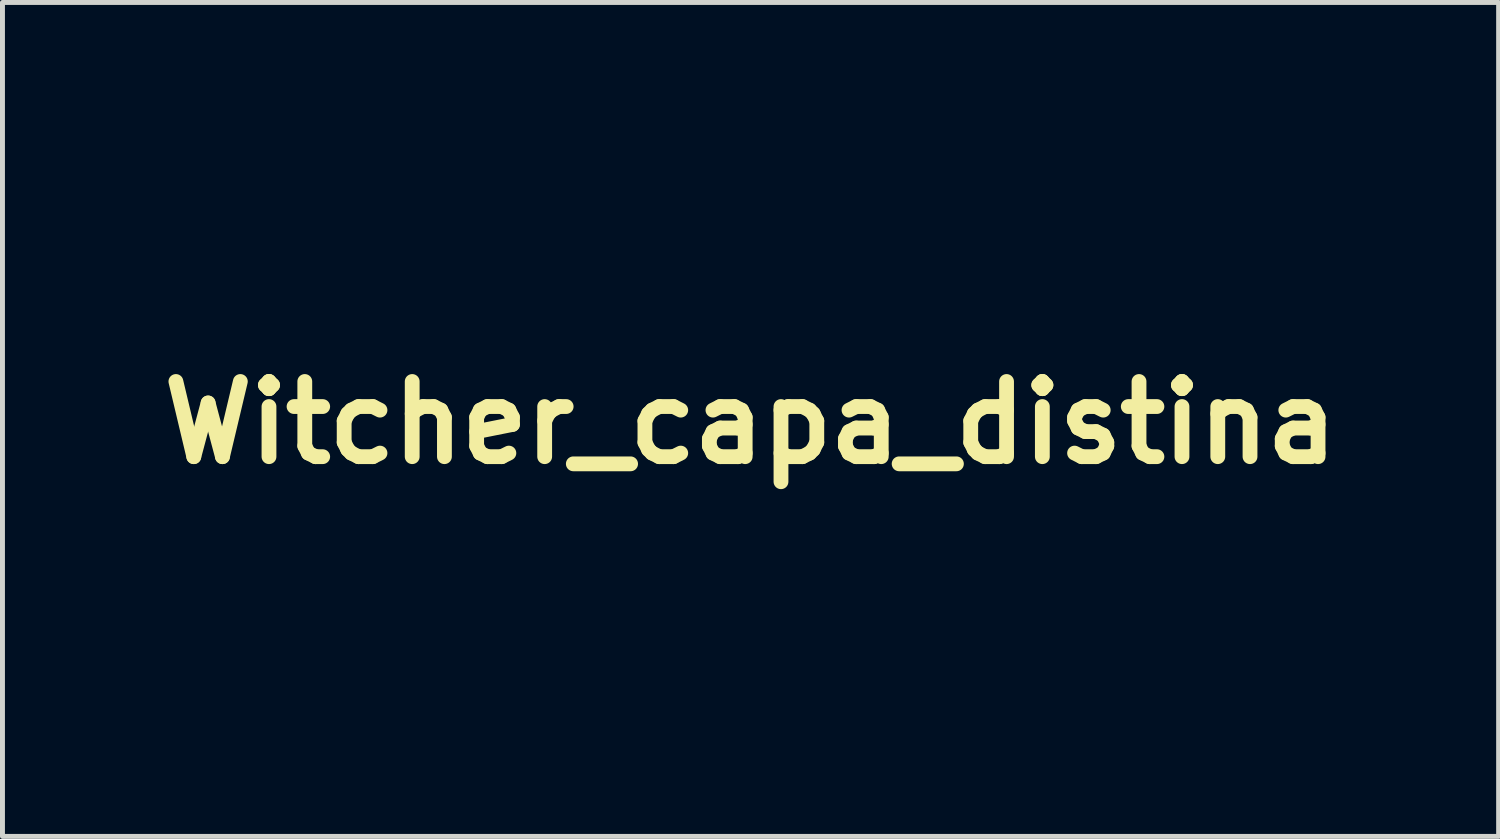
<source format=kicad_pcb>
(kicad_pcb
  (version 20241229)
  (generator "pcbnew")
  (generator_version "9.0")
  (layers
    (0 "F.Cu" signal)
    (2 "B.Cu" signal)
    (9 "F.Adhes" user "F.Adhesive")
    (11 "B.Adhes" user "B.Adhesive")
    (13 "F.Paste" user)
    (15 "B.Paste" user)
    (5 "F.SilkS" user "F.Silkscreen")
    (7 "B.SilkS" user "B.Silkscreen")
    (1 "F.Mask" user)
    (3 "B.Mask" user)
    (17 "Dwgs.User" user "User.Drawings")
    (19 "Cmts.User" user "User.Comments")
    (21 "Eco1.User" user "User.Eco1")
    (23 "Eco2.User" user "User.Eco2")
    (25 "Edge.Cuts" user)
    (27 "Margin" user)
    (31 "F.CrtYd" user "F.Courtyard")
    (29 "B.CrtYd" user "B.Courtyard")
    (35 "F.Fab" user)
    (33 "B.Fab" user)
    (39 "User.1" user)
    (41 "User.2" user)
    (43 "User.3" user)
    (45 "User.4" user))
  (footprint "Witcher_capa_distina"
    (layer "F.Cu")
    (at 12.163 5.517)
    (property "Reference" "Witcher_capa_distina" (at 0 0 0) (layer "F.SilkS") (effects (font (size 1.524 1.524) (thickness 0.3))))
    (attr through_hole)
    (fp_poly (pts (xy -0.968 -1.725) (xy -0.944 -1.71) (xy -0.928 -1.699) (xy -0.923 -1.693) (xy -0.93 -1.687) (xy -0.948 -1.674) (xy -0.975 -1.657) (xy -1.006 -1.638) (xy -1.039 -1.619) (xy -1.07 -1.603) (xy -1.082 -1.596) (xy -1.115 -1.58) (xy -1.139 -1.569) (xy -1.157 -1.566) (xy -1.173 -1.571) (xy -1.191 -1.586) (xy -1.214 -1.61) (xy -1.241 -1.641) (xy -1.313 -1.723) (xy -1.285 -1.725) (xy -1.267 -1.727) (xy -1.235 -1.73) (xy -1.195 -1.734) (xy -1.15 -1.739) (xy -1.135 -1.74) (xy -1.012 -1.752) (xy -0.968 -1.725)) (stroke (width 0.01) (type solid)) (fill no) (layer "Eco1.User"))
    (fp_poly (pts (xy 1.139 -1.744) (xy 1.186 -1.739) (xy 1.238 -1.734) (xy 1.286 -1.73) (xy 1.289 -1.729) (xy 1.364 -1.723) (xy 1.291 -1.64) (xy 1.264 -1.61) (xy 1.24 -1.584) (xy 1.222 -1.566) (xy 1.213 -1.558) (xy 1.212 -1.558) (xy 1.202 -1.562) (xy 1.182 -1.572) (xy 1.156 -1.585) (xy 1.118 -1.604) (xy 1.08 -1.625) (xy 1.043 -1.646) (xy 1.012 -1.665) (xy 0.988 -1.68) (xy 0.975 -1.69) (xy 0.974 -1.692) (xy 0.98 -1.699) (xy 0.998 -1.712) (xy 1.018 -1.725) (xy 1.063 -1.752) (xy 1.139 -1.744)) (stroke (width 0.01) (type solid)) (fill no) (layer "Eco1.User"))
    (fp_poly (pts (xy -0.126 0.768) (xy -0.08 0.779) (xy -0.052 0.791) (xy -0.027 0.804) (xy -0.014 0.814) (xy -0.01 0.825) (xy -0.012 0.841) (xy -0.013 0.845) (xy -0.018 0.864) (xy -0.029 0.894) (xy -0.045 0.933) (xy -0.064 0.976) (xy -0.074 0.999) (xy -0.095 1.046) (xy -0.115 1.093) (xy -0.132 1.135) (xy -0.145 1.167) (xy -0.148 1.177) (xy -0.167 1.232) (xy -0.189 1.185) (xy -0.209 1.135) (xy -0.227 1.079) (xy -0.242 1.02) (xy -0.252 0.962) (xy -0.259 0.908) (xy -0.26 0.862) (xy -0.255 0.828) (xy -0.254 0.826) (xy -0.236 0.797) (xy -0.207 0.777) (xy -0.169 0.767) (xy -0.126 0.768)) (stroke (width 0.01) (type solid)) (fill no) (layer "Eco1.User"))
    (fp_poly (pts (xy 1.59 -4.59) (xy 1.597 -4.581) (xy 1.596 -4.565) (xy 1.591 -4.552) (xy 1.58 -4.527) (xy 1.563 -4.489) (xy 1.541 -4.442) (xy 1.514 -4.386) (xy 1.485 -4.323) (xy 1.453 -4.256) (xy 1.437 -4.223) (xy 1.284 -3.903) (xy 0.803 -3.903) (xy 0.852 -3.973) (xy 0.888 -4.023) (xy 0.928 -4.079) (xy 0.971 -4.136) (xy 1.014 -4.194) (xy 1.056 -4.249) (xy 1.095 -4.299) (xy 1.129 -4.342) (xy 1.156 -4.374) (xy 1.167 -4.387) (xy 1.219 -4.437) (xy 1.274 -4.479) (xy 1.337 -4.515) (xy 1.411 -4.546) (xy 1.498 -4.575) (xy 1.501 -4.575) (xy 1.544 -4.587) (xy 1.573 -4.592) (xy 1.59 -4.59)) (stroke (width 0.01) (type solid)) (fill no) (layer "Eco1.User"))
    (fp_poly (pts (xy 0.239 0.771) (xy 0.273 0.783) (xy 0.295 0.806) (xy 0.307 0.839) (xy 0.31 0.886) (xy 0.306 0.941) (xy 0.297 0.995) (xy 0.284 1.052) (xy 0.269 1.108) (xy 0.253 1.157) (xy 0.237 1.194) (xy 0.226 1.214) (xy 0.219 1.226) (xy 0.218 1.228) (xy 0.214 1.22) (xy 0.207 1.201) (xy 0.197 1.174) (xy 0.196 1.171) (xy 0.185 1.143) (xy 0.169 1.103) (xy 0.15 1.058) (xy 0.129 1.01) (xy 0.122 0.994) (xy 0.102 0.95) (xy 0.085 0.909) (xy 0.072 0.875) (xy 0.064 0.851) (xy 0.062 0.844) (xy 0.06 0.827) (xy 0.064 0.816) (xy 0.076 0.805) (xy 0.099 0.793) (xy 0.103 0.791) (xy 0.144 0.774) (xy 0.184 0.767) (xy 0.195 0.767) (xy 0.239 0.771)) (stroke (width 0.01) (type solid)) (fill no) (layer "Eco1.User"))
    (fp_poly (pts (xy 1.968 -2.371) (xy 1.974 -2.369) (xy 1.978 -2.366) (xy 2 -2.352) (xy 1.966 -2.317) (xy 1.939 -2.283) (xy 1.926 -2.249) (xy 1.926 -2.248) (xy 1.906 -2.164) (xy 1.876 -2.093) (xy 1.836 -2.037) (xy 1.787 -1.994) (xy 1.728 -1.965) (xy 1.658 -1.949) (xy 1.579 -1.947) (xy 1.558 -1.949) (xy 1.518 -1.955) (xy 1.471 -1.964) (xy 1.428 -1.976) (xy 1.423 -1.977) (xy 1.373 -1.991) (xy 1.332 -1.995) (xy 1.296 -1.991) (xy 1.277 -1.986) (xy 1.263 -1.987) (xy 1.246 -1.997) (xy 1.225 -2.013) (xy 1.591 -2.196) (xy 1.675 -2.239) (xy 1.745 -2.274) (xy 1.803 -2.302) (xy 1.849 -2.325) (xy 1.886 -2.342) (xy 1.914 -2.355) (xy 1.935 -2.364) (xy 1.95 -2.369) (xy 1.96 -2.371) (xy 1.968 -2.371)) (stroke (width 0.01) (type solid)) (fill no) (layer "Eco1.User"))
    (fp_poly (pts (xy -0.474 0.599) (xy -0.438 0.617) (xy -0.4 0.645) (xy -0.362 0.681) (xy -0.326 0.725) (xy -0.293 0.774) (xy -0.293 0.775) (xy -0.277 0.801) (xy -0.329 0.89) (xy -0.353 0.932) (xy -0.379 0.984) (xy -0.407 1.039) (xy -0.431 1.091) (xy -0.435 1.1) (xy -0.454 1.142) (xy -0.471 1.178) (xy -0.484 1.205) (xy -0.492 1.222) (xy -0.494 1.225) (xy -0.499 1.221) (xy -0.505 1.204) (xy -0.507 1.197) (xy -0.515 1.165) (xy -0.523 1.133) (xy -0.524 1.13) (xy -0.535 1.078) (xy -0.544 1.015) (xy -0.552 0.947) (xy -0.557 0.879) (xy -0.559 0.817) (xy -0.559 0.817) (xy -0.558 0.761) (xy -0.554 0.709) (xy -0.549 0.665) (xy -0.543 0.629) (xy -0.535 0.606) (xy -0.53 0.599) (xy -0.505 0.592) (xy -0.474 0.599)) (stroke (width 0.01) (type solid)) (fill no) (layer "Eco1.User"))
    (fp_poly (pts (xy 0.582 0.603) (xy 0.592 0.625) (xy 0.6 0.661) (xy 0.605 0.709) (xy 0.608 0.765) (xy 0.608 0.828) (xy 0.605 0.894) (xy 0.6 0.962) (xy 0.592 1.028) (xy 0.582 1.09) (xy 0.58 1.1) (xy 0.569 1.152) (xy 0.56 1.188) (xy 0.553 1.21) (xy 0.547 1.219) (xy 0.54 1.217) (xy 0.532 1.204) (xy 0.522 1.182) (xy 0.521 1.182) (xy 0.51 1.156) (xy 0.502 1.137) (xy 0.5 1.129) (xy 0.496 1.119) (xy 0.486 1.098) (xy 0.471 1.067) (xy 0.452 1.03) (xy 0.432 0.99) (xy 0.411 0.95) (xy 0.391 0.912) (xy 0.374 0.881) (xy 0.361 0.858) (xy 0.359 0.854) (xy 0.328 0.802) (xy 0.342 0.775) (xy 0.364 0.741) (xy 0.393 0.703) (xy 0.425 0.667) (xy 0.456 0.637) (xy 0.474 0.623) (xy 0.507 0.606) (xy 0.539 0.596) (xy 0.565 0.595) (xy 0.582 0.603)) (stroke (width 0.01) (type solid)) (fill no) (layer "Eco1.User"))
    (fp_poly (pts (xy -2.699 -5.201) (xy -2.678 -5.19) (xy -2.646 -5.173) (xy -2.604 -5.15) (xy -2.555 -5.123) (xy -2.501 -5.091) (xy -2.442 -5.057) (xy -2.382 -5.022) (xy -2.321 -4.985) (xy -2.261 -4.95) (xy -2.204 -4.915) (xy -2.165 -4.891) (xy -2.074 -4.832) (xy -1.985 -4.772) (xy -1.902 -4.711) (xy -1.826 -4.653) (xy -1.76 -4.599) (xy -1.707 -4.551) (xy -1.704 -4.548) (xy -1.679 -4.522) (xy -1.652 -4.491) (xy -1.623 -4.454) (xy -1.591 -4.41) (xy -1.555 -4.359) (xy -1.515 -4.299) (xy -1.469 -4.228) (xy -1.418 -4.146) (xy -1.36 -4.052) (xy -1.294 -3.944) (xy -1.288 -3.935) (xy -1.269 -3.903) (xy -1.835 -3.903) (xy -2.02 -4.174) (xy -2.085 -4.269) (xy -2.152 -4.367) (xy -2.221 -4.468) (xy -2.29 -4.568) (xy -2.357 -4.666) (xy -2.421 -4.76) (xy -2.481 -4.848) (xy -2.535 -4.927) (xy -2.583 -4.996) (xy -2.616 -5.044) (xy -2.651 -5.096) (xy -2.677 -5.136) (xy -2.695 -5.165) (xy -2.705 -5.185) (xy -2.709 -5.197) (xy -2.707 -5.203) (xy -2.699 -5.201)) (stroke (width 0.01) (type solid)) (fill no) (layer "Eco1.User"))
    (fp_poly (pts (xy -1.908 -2.371) (xy -1.896 -2.368) (xy -1.879 -2.362) (xy -1.856 -2.352) (xy -1.825 -2.338) (xy -1.784 -2.318) (xy -1.733 -2.293) (xy -1.67 -2.261) (xy -1.593 -2.223) (xy -1.586 -2.219) (xy -1.516 -2.184) (xy -1.449 -2.151) (xy -1.387 -2.119) (xy -1.332 -2.091) (xy -1.286 -2.068) (xy -1.25 -2.049) (xy -1.227 -2.037) (xy -1.221 -2.034) (xy -1.176 -2.009) (xy -1.196 -1.996) (xy -1.212 -1.988) (xy -1.229 -1.987) (xy -1.254 -1.992) (xy -1.257 -1.993) (xy -1.278 -1.997) (xy -1.296 -1.998) (xy -1.317 -1.995) (xy -1.346 -1.986) (xy -1.368 -1.979) (xy -1.435 -1.961) (xy -1.505 -1.95) (xy -1.572 -1.946) (xy -1.615 -1.948) (xy -1.67 -1.962) (xy -1.724 -1.987) (xy -1.769 -2.02) (xy -1.782 -2.033) (xy -1.816 -2.079) (xy -1.844 -2.135) (xy -1.865 -2.196) (xy -1.871 -2.227) (xy -1.879 -2.261) (xy -1.889 -2.285) (xy -1.906 -2.307) (xy -1.915 -2.317) (xy -1.949 -2.352) (xy -1.928 -2.366) (xy -1.922 -2.369) (xy -1.916 -2.371) (xy -1.908 -2.371)) (stroke (width 0.01) (type solid)) (fill no) (layer "Eco1.User"))
    (fp_poly (pts (xy -1.494 -4.587) (xy -1.458 -4.578) (xy -1.417 -4.565) (xy -1.375 -4.551) (xy -1.335 -4.535) (xy -1.317 -4.527) (xy -1.269 -4.505) (xy -1.229 -4.483) (xy -1.193 -4.459) (xy -1.16 -4.43) (xy -1.125 -4.395) (xy -1.086 -4.351) (xy -1.041 -4.295) (xy -1.04 -4.295) (xy -1.013 -4.26) (xy -0.981 -4.219) (xy -0.947 -4.173) (xy -0.912 -4.125) (xy -0.877 -4.078) (xy -0.844 -4.032) (xy -0.815 -3.991) (xy -0.791 -3.956) (xy -0.774 -3.931) (xy -0.765 -3.916) (xy -0.765 -3.915) (xy -0.766 -3.912) (xy -0.772 -3.909) (xy -0.786 -3.907) (xy -0.809 -3.905) (xy -0.843 -3.904) (xy -0.889 -3.903) (xy -0.949 -3.903) (xy -0.997 -3.903) (xy -1.233 -3.903) (xy -1.304 -4.049) (xy -1.353 -4.152) (xy -1.396 -4.241) (xy -1.432 -4.317) (xy -1.463 -4.381) (xy -1.487 -4.433) (xy -1.507 -4.476) (xy -1.522 -4.51) (xy -1.533 -4.537) (xy -1.541 -4.556) (xy -1.545 -4.57) (xy -1.546 -4.58) (xy -1.545 -4.586) (xy -1.543 -4.589) (xy -1.539 -4.591) (xy -1.537 -4.592) (xy -1.522 -4.592) (xy -1.494 -4.587)) (stroke (width 0.01) (type solid)) (fill no) (layer "Eco1.User"))
    (fp_poly (pts (xy -1.238 -3.182) (xy -1.214 -3.164) (xy -1.181 -3.138) (xy -1.142 -3.107) (xy -1.1 -3.071) (xy -1.056 -3.033) (xy -1.013 -2.995) (xy -0.972 -2.959) (xy -0.936 -2.926) (xy -0.914 -2.904) (xy -0.856 -2.844) (xy -0.808 -2.791) (xy -0.77 -2.741) (xy -0.74 -2.691) (xy -0.715 -2.638) (xy -0.694 -2.577) (xy -0.675 -2.507) (xy -0.657 -2.423) (xy -0.657 -2.421) (xy -0.648 -2.38) (xy -0.64 -2.342) (xy -0.634 -2.313) (xy -0.631 -2.297) (xy -0.631 -2.297) (xy -0.63 -2.282) (xy -0.633 -2.278) (xy -0.641 -2.282) (xy -0.663 -2.294) (xy -0.696 -2.313) (xy -0.741 -2.338) (xy -0.794 -2.368) (xy -0.855 -2.403) (xy -0.923 -2.441) (xy -0.996 -2.483) (xy -1.033 -2.505) (xy -1.109 -2.548) (xy -1.18 -2.589) (xy -1.246 -2.627) (xy -1.305 -2.661) (xy -1.356 -2.69) (xy -1.397 -2.714) (xy -1.427 -2.731) (xy -1.444 -2.742) (xy -1.447 -2.744) (xy -1.467 -2.757) (xy -1.363 -2.975) (xy -1.336 -3.03) (xy -1.311 -3.081) (xy -1.289 -3.124) (xy -1.272 -3.158) (xy -1.259 -3.18) (xy -1.253 -3.19) (xy -1.252 -3.19) (xy -1.238 -3.182)) (stroke (width 0.01) (type solid)) (fill no) (layer "Eco1.User"))
    (fp_poly (pts (xy -0.586 3.831) (xy -0.549 3.929) (xy -0.515 4.02) (xy -0.483 4.103) (xy -0.454 4.176) (xy -0.429 4.237) (xy -0.408 4.286) (xy -0.392 4.32) (xy -0.391 4.322) (xy -0.374 4.366) (xy -0.371 4.408) (xy -0.38 4.453) (xy -0.393 4.485) (xy -0.406 4.511) (xy -0.416 4.529) (xy -0.421 4.534) (xy -0.422 4.534) (xy -0.425 4.525) (xy -0.433 4.503) (xy -0.444 4.47) (xy -0.457 4.43) (xy -0.463 4.409) (xy -0.5 4.288) (xy -0.496 4.348) (xy -0.493 4.381) (xy -0.488 4.424) (xy -0.482 4.472) (xy -0.477 4.511) (xy -0.471 4.554) (xy -0.467 4.585) (xy -0.466 4.605) (xy -0.468 4.62) (xy -0.472 4.633) (xy -0.479 4.646) (xy -0.492 4.667) (xy -0.511 4.692) (xy -0.533 4.716) (xy -0.552 4.736) (xy -0.567 4.748) (xy -0.572 4.75) (xy -0.585 4.745) (xy -0.594 4.741) (xy -0.606 4.726) (xy -0.617 4.695) (xy -0.626 4.648) (xy -0.634 4.585) (xy -0.641 4.505) (xy -0.647 4.41) (xy -0.652 4.298) (xy -0.655 4.169) (xy -0.657 4.023) (xy -0.657 4.013) (xy -0.661 3.628) (xy -0.586 3.831)) (stroke (width 0.01) (type solid)) (fill no) (layer "Eco1.User"))
    (fp_poly (pts (xy 0.71 3.639) (xy 0.71 3.662) (xy 0.711 3.698) (xy 0.711 3.746) (xy 0.71 3.804) (xy 0.71 3.871) (xy 0.709 3.945) (xy 0.709 4.005) (xy 0.706 4.152) (xy 0.703 4.284) (xy 0.698 4.399) (xy 0.692 4.497) (xy 0.685 4.579) (xy 0.676 4.645) (xy 0.667 4.693) (xy 0.656 4.725) (xy 0.646 4.739) (xy 0.632 4.748) (xy 0.621 4.748) (xy 0.605 4.737) (xy 0.598 4.732) (xy 0.581 4.716) (xy 0.561 4.691) (xy 0.543 4.666) (xy 0.51 4.619) (xy 0.525 4.521) (xy 0.532 4.474) (xy 0.538 4.424) (xy 0.543 4.379) (xy 0.545 4.356) (xy 0.55 4.288) (xy 0.533 4.343) (xy 0.521 4.379) (xy 0.508 4.422) (xy 0.495 4.464) (xy 0.493 4.47) (xy 0.471 4.542) (xy 0.445 4.487) (xy 0.429 4.447) (xy 0.421 4.412) (xy 0.423 4.378) (xy 0.434 4.34) (xy 0.454 4.293) (xy 0.454 4.293) (xy 0.474 4.249) (xy 0.498 4.192) (xy 0.526 4.122) (xy 0.557 4.042) (xy 0.591 3.953) (xy 0.626 3.857) (xy 0.652 3.785) (xy 0.669 3.738) (xy 0.684 3.696) (xy 0.697 3.663) (xy 0.705 3.641) (xy 0.709 3.632) (xy 0.71 3.639)) (stroke (width 0.01) (type solid)) (fill no) (layer "Eco1.User"))
    (fp_poly (pts (xy -4.83 -4.355) (xy -4.812 -4.341) (xy -4.788 -4.321) (xy -4.768 -4.304) (xy -4.703 -4.247) (xy -4.639 -4.09) (xy -4.544 -3.866) (xy -4.444 -3.651) (xy -4.338 -3.444) (xy -4.229 -3.247) (xy -4.116 -3.061) (xy -4 -2.887) (xy -3.882 -2.726) (xy -3.761 -2.578) (xy -3.64 -2.444) (xy -3.518 -2.325) (xy -3.4 -2.226) (xy -3.361 -2.195) (xy -3.336 -2.171) (xy -3.323 -2.153) (xy -3.321 -2.14) (xy -3.33 -2.129) (xy -3.337 -2.124) (xy -3.35 -2.119) (xy -3.373 -2.11) (xy -3.403 -2.099) (xy -3.435 -2.088) (xy -3.464 -2.077) (xy -3.488 -2.07) (xy -3.5 -2.066) (xy -3.501 -2.066) (xy -3.508 -2.071) (xy -3.525 -2.085) (xy -3.55 -2.105) (xy -3.581 -2.131) (xy -3.586 -2.135) (xy -3.723 -2.258) (xy -3.855 -2.397) (xy -3.984 -2.552) (xy -4.108 -2.723) (xy -4.227 -2.909) (xy -4.342 -3.11) (xy -4.453 -3.327) (xy -4.558 -3.558) (xy -4.631 -3.734) (xy -4.652 -3.789) (xy -4.675 -3.851) (xy -4.699 -3.916) (xy -4.723 -3.983) (xy -4.746 -4.049) (xy -4.767 -4.114) (xy -4.787 -4.176) (xy -4.805 -4.231) (xy -4.82 -4.279) (xy -4.83 -4.318) (xy -4.837 -4.345) (xy -4.838 -4.359) (xy -4.837 -4.36) (xy -4.83 -4.355)) (stroke (width 0.01) (type solid)) (fill no) (layer "Eco1.User"))
    (fp_poly (pts (xy 1.308 -3.183) (xy 1.319 -3.164) (xy 1.336 -3.133) (xy 1.355 -3.094) (xy 1.377 -3.049) (xy 1.401 -3.001) (xy 1.424 -2.951) (xy 1.447 -2.901) (xy 1.468 -2.855) (xy 1.486 -2.815) (xy 1.5 -2.783) (xy 1.508 -2.761) (xy 1.51 -2.751) (xy 1.51 -2.751) (xy 1.501 -2.746) (xy 1.48 -2.733) (xy 1.447 -2.714) (xy 1.404 -2.689) (xy 1.353 -2.66) (xy 1.296 -2.627) (xy 1.234 -2.591) (xy 1.168 -2.553) (xy 1.1 -2.514) (xy 1.033 -2.476) (xy 0.967 -2.438) (xy 0.904 -2.402) (xy 0.846 -2.369) (xy 0.794 -2.34) (xy 0.75 -2.315) (xy 0.715 -2.296) (xy 0.692 -2.283) (xy 0.682 -2.278) (xy 0.681 -2.278) (xy 0.679 -2.285) (xy 0.681 -2.297) (xy 0.684 -2.312) (xy 0.69 -2.34) (xy 0.697 -2.377) (xy 0.706 -2.419) (xy 0.707 -2.426) (xy 0.726 -2.51) (xy 0.746 -2.582) (xy 0.767 -2.643) (xy 0.794 -2.698) (xy 0.826 -2.749) (xy 0.867 -2.801) (xy 0.917 -2.856) (xy 0.964 -2.904) (xy 0.995 -2.934) (xy 1.032 -2.968) (xy 1.074 -3.005) (xy 1.118 -3.043) (xy 1.162 -3.081) (xy 1.203 -3.115) (xy 1.24 -3.145) (xy 1.271 -3.169) (xy 1.293 -3.185) (xy 1.302 -3.19) (xy 1.308 -3.183)) (stroke (width 0.01) (type solid)) (fill no) (layer "Eco1.User"))
    (fp_poly (pts (xy 2.758 -5.203) (xy 2.758 -5.193) (xy 2.752 -5.175) (xy 2.751 -5.174) (xy 2.745 -5.164) (xy 2.729 -5.14) (xy 2.706 -5.105) (xy 2.675 -5.059) (xy 2.637 -5.003) (xy 2.593 -4.938) (xy 2.544 -4.866) (xy 2.49 -4.787) (xy 2.432 -4.702) (xy 2.371 -4.613) (xy 2.312 -4.526) (xy 1.885 -3.903) (xy 1.602 -3.903) (xy 1.535 -3.903) (xy 1.474 -3.904) (xy 1.421 -3.905) (xy 1.377 -3.906) (xy 1.345 -3.907) (xy 1.327 -3.908) (xy 1.323 -3.909) (xy 1.329 -3.918) (xy 1.342 -3.939) (xy 1.36 -3.971) (xy 1.384 -4.01) (xy 1.411 -4.054) (xy 1.423 -4.072) (xy 1.482 -4.17) (xy 1.535 -4.253) (xy 1.581 -4.324) (xy 1.622 -4.385) (xy 1.659 -4.436) (xy 1.692 -4.479) (xy 1.722 -4.515) (xy 1.75 -4.544) (xy 1.79 -4.581) (xy 1.841 -4.624) (xy 1.899 -4.671) (xy 1.963 -4.72) (xy 2.028 -4.768) (xy 2.091 -4.812) (xy 2.108 -4.823) (xy 2.147 -4.848) (xy 2.193 -4.878) (xy 2.246 -4.911) (xy 2.304 -4.946) (xy 2.365 -4.982) (xy 2.427 -5.019) (xy 2.488 -5.055) (xy 2.547 -5.09) (xy 2.602 -5.121) (xy 2.652 -5.149) (xy 2.694 -5.172) (xy 2.727 -5.19) (xy 2.749 -5.201) (xy 2.758 -5.203) (xy 2.758 -5.203)) (stroke (width 0.01) (type solid)) (fill no) (layer "Eco1.User"))
    (fp_poly (pts (xy -4.318 -2.678) (xy -4.305 -2.67) (xy -4.288 -2.655) (xy -4.264 -2.629) (xy -4.238 -2.6) (xy -4.169 -2.516) (xy -4.1 -2.427) (xy -4.037 -2.338) (xy -3.991 -2.267) (xy -3.97 -2.233) (xy -3.948 -2.194) (xy -3.925 -2.153) (xy -3.903 -2.113) (xy -3.883 -2.076) (xy -3.867 -2.045) (xy -3.857 -2.023) (xy -3.853 -2.012) (xy -3.854 -2.012) (xy -3.862 -2.014) (xy -3.882 -2.021) (xy -3.909 -2.033) (xy -3.912 -2.034) (xy -4.013 -2.078) (xy -4.131 -2.123) (xy -4.265 -2.17) (xy -4.414 -2.218) (xy -4.577 -2.267) (xy -4.755 -2.317) (xy -4.946 -2.367) (xy -5.11 -2.409) (xy -5.178 -2.426) (xy -5.243 -2.441) (xy -5.302 -2.456) (xy -5.352 -2.468) (xy -5.392 -2.477) (xy -5.42 -2.483) (xy -5.431 -2.486) (xy -5.451 -2.49) (xy -5.456 -2.494) (xy -5.448 -2.499) (xy -5.437 -2.501) (xy -5.411 -2.506) (xy -5.37 -2.513) (xy -5.318 -2.522) (xy -5.254 -2.532) (xy -5.181 -2.544) (xy -5.1 -2.557) (xy -5.013 -2.571) (xy -4.92 -2.586) (xy -4.889 -2.591) (xy -4.795 -2.605) (xy -4.706 -2.619) (xy -4.622 -2.632) (xy -4.546 -2.644) (xy -4.479 -2.655) (xy -4.423 -2.664) (xy -4.378 -2.671) (xy -4.347 -2.676) (xy -4.33 -2.678) (xy -4.328 -2.679) (xy -4.318 -2.678)) (stroke (width 0.01) (type solid)) (fill no) (layer "Eco1.User"))
    (fp_poly (pts (xy 4.379 -2.679) (xy 4.39 -2.677) (xy 4.417 -2.673) (xy 4.458 -2.666) (xy 4.511 -2.658) (xy 4.575 -2.648) (xy 4.648 -2.636) (xy 4.73 -2.624) (xy 4.817 -2.61) (xy 4.91 -2.595) (xy 4.94 -2.591) (xy 5.034 -2.576) (xy 5.124 -2.562) (xy 5.207 -2.548) (xy 5.283 -2.536) (xy 5.35 -2.525) (xy 5.406 -2.516) (xy 5.45 -2.508) (xy 5.481 -2.503) (xy 5.497 -2.499) (xy 5.499 -2.499) (xy 5.507 -2.494) (xy 5.502 -2.49) (xy 5.482 -2.486) (xy 5.461 -2.482) (xy 5.426 -2.474) (xy 5.379 -2.462) (xy 5.323 -2.449) (xy 5.259 -2.433) (xy 5.191 -2.417) (xy 5.121 -2.399) (xy 5.05 -2.381) (xy 4.982 -2.364) (xy 4.918 -2.347) (xy 4.861 -2.333) (xy 4.813 -2.32) (xy 4.795 -2.315) (xy 4.645 -2.273) (xy 4.501 -2.229) (xy 4.365 -2.186) (xy 4.24 -2.144) (xy 4.127 -2.102) (xy 4.028 -2.063) (xy 3.99 -2.047) (xy 3.955 -2.032) (xy 3.927 -2.02) (xy 3.909 -2.013) (xy 3.903 -2.012) (xy 3.907 -2.021) (xy 3.917 -2.042) (xy 3.931 -2.071) (xy 3.947 -2.101) (xy 4.005 -2.206) (xy 4.073 -2.315) (xy 4.15 -2.425) (xy 4.23 -2.531) (xy 4.298 -2.611) (xy 4.326 -2.644) (xy 4.347 -2.664) (xy 4.362 -2.675) (xy 4.374 -2.679) (xy 4.379 -2.679)) (stroke (width 0.01) (type solid)) (fill no) (layer "Eco1.User"))
    (fp_poly (pts (xy -0.413 3.034) (xy -0.381 3.067) (xy -0.35 3.098) (xy -0.323 3.124) (xy -0.306 3.138) (xy -0.268 3.167) (xy 0.32 3.167) (xy 0.362 3.133) (xy 0.387 3.112) (xy 0.417 3.082) (xy 0.448 3.049) (xy 0.463 3.032) (xy 0.487 3.004) (xy 0.508 2.982) (xy 0.522 2.968) (xy 0.527 2.964) (xy 0.535 2.971) (xy 0.54 2.994) (xy 0.544 3.029) (xy 0.546 3.077) (xy 0.546 3.086) (xy 0.545 3.126) (xy 0.542 3.155) (xy 0.536 3.179) (xy 0.525 3.204) (xy 0.523 3.21) (xy 0.486 3.265) (xy 0.438 3.311) (xy 0.398 3.336) (xy 0.361 3.352) (xy 0.318 3.365) (xy 0.274 3.376) (xy 0.234 3.382) (xy 0.203 3.382) (xy 0.2 3.382) (xy 0.165 3.369) (xy 0.131 3.343) (xy 0.102 3.308) (xy 0.089 3.283) (xy 0.071 3.249) (xy 0.055 3.228) (xy 0.037 3.219) (xy 0.025 3.217) (xy 0.01 3.219) (xy -0.002 3.225) (xy -0.014 3.239) (xy -0.029 3.263) (xy -0.04 3.285) (xy -0.072 3.332) (xy -0.111 3.364) (xy -0.155 3.381) (xy -0.204 3.382) (xy -0.212 3.381) (xy -0.285 3.362) (xy -0.351 3.332) (xy -0.406 3.294) (xy -0.449 3.25) (xy -0.475 3.207) (xy -0.488 3.162) (xy -0.496 3.11) (xy -0.498 3.056) (xy -0.494 3.009) (xy -0.491 2.997) (xy -0.481 2.96) (xy -0.413 3.034)) (stroke (width 0.01) (type solid)) (fill no) (layer "Eco1.User"))
    (fp_poly (pts (xy 1.006 0.328) (xy 1.018 0.379) (xy 1.027 0.441) (xy 1.033 0.515) (xy 1.036 0.604) (xy 1.036 0.665) (xy 1.031 0.831) (xy 1.017 1.004) (xy 0.995 1.178) (xy 0.97 1.321) (xy 0.964 1.349) (xy 0.96 1.363) (xy 0.956 1.365) (xy 0.951 1.356) (xy 0.951 1.355) (xy 0.944 1.34) (xy 0.933 1.312) (xy 0.919 1.276) (xy 0.901 1.233) (xy 0.89 1.204) (xy 0.863 1.137) (xy 0.832 1.064) (xy 0.799 0.988) (xy 0.766 0.913) (xy 0.733 0.84) (xy 0.702 0.774) (xy 0.675 0.717) (xy 0.653 0.673) (xy 0.653 0.672) (xy 0.612 0.595) (xy 0.649 0.539) (xy 0.667 0.513) (xy 0.682 0.493) (xy 0.692 0.483) (xy 0.693 0.483) (xy 0.698 0.49) (xy 0.709 0.509) (xy 0.724 0.538) (xy 0.74 0.572) (xy 0.757 0.609) (xy 0.773 0.645) (xy 0.785 0.676) (xy 0.787 0.681) (xy 0.795 0.696) (xy 0.8 0.701) (xy 0.8 0.701) (xy 0.799 0.692) (xy 0.795 0.671) (xy 0.788 0.639) (xy 0.779 0.602) (xy 0.768 0.563) (xy 0.758 0.524) (xy 0.749 0.491) (xy 0.741 0.465) (xy 0.737 0.455) (xy 0.734 0.442) (xy 0.737 0.431) (xy 0.748 0.417) (xy 0.769 0.396) (xy 0.772 0.394) (xy 0.815 0.361) (xy 0.865 0.332) (xy 0.916 0.311) (xy 0.957 0.3) (xy 0.996 0.295) (xy 1.006 0.328)) (stroke (width 0.01) (type solid)) (fill no) (layer "Eco1.User"))
    (fp_poly (pts (xy 4.504 -3.891) (xy 4.508 -3.879) (xy 4.506 -3.858) (xy 4.496 -3.827) (xy 4.479 -3.785) (xy 4.453 -3.732) (xy 4.42 -3.668) (xy 4.378 -3.59) (xy 4.341 -3.522) (xy 4.233 -3.334) (xy 4.122 -3.156) (xy 4.011 -2.988) (xy 3.9 -2.832) (xy 3.788 -2.689) (xy 3.677 -2.559) (xy 3.568 -2.442) (xy 3.461 -2.341) (xy 3.357 -2.256) (xy 3.35 -2.251) (xy 3.317 -2.227) (xy 3.294 -2.212) (xy 3.278 -2.204) (xy 3.265 -2.204) (xy 3.252 -2.209) (xy 3.246 -2.212) (xy 3.216 -2.238) (xy 3.19 -2.279) (xy 3.167 -2.336) (xy 3.148 -2.407) (xy 3.134 -2.491) (xy 3.123 -2.589) (xy 3.119 -2.642) (xy 3.117 -2.668) (xy 3.115 -2.692) (xy 3.114 -2.712) (xy 3.115 -2.731) (xy 3.118 -2.749) (xy 3.124 -2.767) (xy 3.135 -2.786) (xy 3.15 -2.807) (xy 3.171 -2.83) (xy 3.198 -2.857) (xy 3.232 -2.888) (xy 3.275 -2.925) (xy 3.326 -2.967) (xy 3.387 -3.017) (xy 3.458 -3.074) (xy 3.541 -3.14) (xy 3.635 -3.215) (xy 3.674 -3.246) (xy 3.76 -3.315) (xy 3.845 -3.384) (xy 3.929 -3.45) (xy 4.009 -3.515) (xy 4.084 -3.575) (xy 4.153 -3.63) (xy 4.214 -3.679) (xy 4.267 -3.721) (xy 4.309 -3.755) (xy 4.339 -3.779) (xy 4.339 -3.779) (xy 4.381 -3.813) (xy 4.42 -3.843) (xy 4.452 -3.868) (xy 4.477 -3.885) (xy 4.491 -3.894) (xy 4.493 -3.895) (xy 4.504 -3.891)) (stroke (width 0.01) (type solid)) (fill no) (layer "Eco1.User"))
    (fp_poly (pts (xy 4.889 -4.353) (xy 4.884 -4.331) (xy 4.875 -4.297) (xy 4.862 -4.254) (xy 4.846 -4.201) (xy 4.827 -4.143) (xy 4.806 -4.081) (xy 4.784 -4.016) (xy 4.761 -3.95) (xy 4.739 -3.886) (xy 4.717 -3.825) (xy 4.696 -3.77) (xy 4.688 -3.75) (xy 4.598 -3.533) (xy 4.502 -3.325) (xy 4.402 -3.128) (xy 4.297 -2.942) (xy 4.188 -2.768) (xy 4.076 -2.607) (xy 3.961 -2.461) (xy 3.844 -2.329) (xy 3.726 -2.214) (xy 3.713 -2.202) (xy 3.673 -2.167) (xy 3.635 -2.134) (xy 3.601 -2.107) (xy 3.573 -2.085) (xy 3.554 -2.071) (xy 3.546 -2.066) (xy 3.537 -2.069) (xy 3.516 -2.077) (xy 3.487 -2.087) (xy 3.466 -2.095) (xy 3.432 -2.107) (xy 3.403 -2.119) (xy 3.384 -2.126) (xy 3.379 -2.129) (xy 3.37 -2.141) (xy 3.375 -2.159) (xy 3.395 -2.181) (xy 3.428 -2.208) (xy 3.546 -2.304) (xy 3.665 -2.416) (xy 3.783 -2.544) (xy 3.901 -2.685) (xy 4.018 -2.84) (xy 4.132 -3.008) (xy 4.244 -3.188) (xy 4.353 -3.379) (xy 4.459 -3.58) (xy 4.56 -3.79) (xy 4.647 -3.986) (xy 4.667 -4.034) (xy 4.688 -4.085) (xy 4.707 -4.132) (xy 4.722 -4.169) (xy 4.724 -4.175) (xy 4.737 -4.209) (xy 4.749 -4.233) (xy 4.764 -4.253) (xy 4.783 -4.274) (xy 4.812 -4.299) (xy 4.818 -4.304) (xy 4.846 -4.327) (xy 4.869 -4.346) (xy 4.884 -4.358) (xy 4.889 -4.36) (xy 4.889 -4.353)) (stroke (width 0.01) (type solid)) (fill no) (layer "Eco1.User"))
    (fp_poly (pts (xy -4.431 -3.89) (xy -4.411 -3.875) (xy -4.382 -3.854) (xy -4.349 -3.828) (xy -4.334 -3.816) (xy -4.312 -3.799) (xy -4.279 -3.772) (xy -4.235 -3.736) (xy -4.181 -3.692) (xy -4.118 -3.642) (xy -4.048 -3.586) (xy -3.972 -3.525) (xy -3.891 -3.46) (xy -3.807 -3.393) (xy -3.719 -3.323) (xy -3.669 -3.282) (xy -3.566 -3.2) (xy -3.475 -3.127) (xy -3.395 -3.063) (xy -3.326 -3.008) (xy -3.268 -2.96) (xy -3.218 -2.919) (xy -3.177 -2.884) (xy -3.144 -2.853) (xy -3.118 -2.827) (xy -3.098 -2.804) (xy -3.083 -2.784) (xy -3.073 -2.766) (xy -3.067 -2.749) (xy -3.064 -2.732) (xy -3.064 -2.714) (xy -3.065 -2.695) (xy -3.067 -2.673) (xy -3.069 -2.649) (xy -3.069 -2.646) (xy -3.077 -2.551) (xy -3.088 -2.464) (xy -3.103 -2.388) (xy -3.121 -2.324) (xy -3.141 -2.275) (xy -3.152 -2.256) (xy -3.171 -2.234) (xy -3.194 -2.214) (xy -3.216 -2.203) (xy -3.224 -2.201) (xy -3.234 -2.206) (xy -3.254 -2.219) (xy -3.28 -2.236) (xy -3.288 -2.242) (xy -3.394 -2.326) (xy -3.502 -2.426) (xy -3.612 -2.541) (xy -3.723 -2.67) (xy -3.836 -2.813) (xy -3.949 -2.97) (xy -4.061 -3.138) (xy -4.173 -3.319) (xy -4.284 -3.509) (xy -4.329 -3.59) (xy -4.368 -3.663) (xy -4.4 -3.727) (xy -4.426 -3.782) (xy -4.445 -3.825) (xy -4.456 -3.855) (xy -4.459 -3.873) (xy -4.458 -3.874) (xy -4.45 -3.89) (xy -4.442 -3.895) (xy -4.431 -3.89)) (stroke (width 0.01) (type solid)) (fill no) (layer "Eco1.User"))
    (fp_poly (pts (xy -2.288 -2.369) (xy -2.254 -2.324) (xy -2.229 -2.287) (xy -2.209 -2.256) (xy -2.193 -2.227) (xy -2.178 -2.195) (xy -2.163 -2.156) (xy -2.146 -2.107) (xy -2.142 -2.098) (xy -2.127 -2.057) (xy -2.111 -2.017) (xy -2.096 -1.985) (xy -2.088 -1.969) (xy -2.056 -1.926) (xy -2.01 -1.884) (xy -1.955 -1.843) (xy -1.894 -1.808) (xy -1.83 -1.78) (xy -1.811 -1.774) (xy -1.753 -1.759) (xy -1.685 -1.745) (xy -1.614 -1.735) (xy -1.547 -1.729) (xy -1.505 -1.727) (xy -1.474 -1.727) (xy -1.451 -1.724) (xy -1.432 -1.717) (xy -1.41 -1.704) (xy -1.384 -1.686) (xy -1.35 -1.661) (xy -1.316 -1.633) (xy -1.283 -1.605) (xy -1.254 -1.579) (xy -1.232 -1.557) (xy -1.219 -1.54) (xy -1.217 -1.532) (xy -1.23 -1.525) (xy -1.256 -1.516) (xy -1.291 -1.504) (xy -1.332 -1.492) (xy -1.375 -1.48) (xy -1.416 -1.47) (xy -1.452 -1.462) (xy -1.462 -1.461) (xy -1.51 -1.454) (xy -1.567 -1.451) (xy -1.628 -1.449) (xy -1.688 -1.45) (xy -1.739 -1.453) (xy -1.764 -1.457) (xy -1.864 -1.481) (xy -1.962 -1.52) (xy -2.055 -1.571) (xy -2.139 -1.632) (xy -2.212 -1.703) (xy -2.226 -1.718) (xy -2.284 -1.801) (xy -2.331 -1.894) (xy -2.366 -1.996) (xy -2.388 -2.102) (xy -2.388 -2.104) (xy -2.392 -2.142) (xy -2.394 -2.19) (xy -2.394 -2.245) (xy -2.393 -2.301) (xy -2.391 -2.356) (xy -2.388 -2.404) (xy -2.384 -2.441) (xy -2.381 -2.455) (xy -2.374 -2.485) (xy -2.288 -2.369)) (stroke (width 0.01) (type solid)) (fill no) (layer "Eco1.User"))
    (fp_poly (pts (xy -0.906 0.301) (xy -0.86 0.313) (xy -0.81 0.335) (xy -0.76 0.363) (xy -0.725 0.391) (xy -0.709 0.404) (xy -0.698 0.415) (xy -0.692 0.426) (xy -0.689 0.44) (xy -0.691 0.46) (xy -0.697 0.488) (xy -0.707 0.527) (xy -0.721 0.579) (xy -0.722 0.584) (xy -0.733 0.624) (xy -0.741 0.656) (xy -0.746 0.679) (xy -0.747 0.689) (xy -0.746 0.689) (xy -0.74 0.679) (xy -0.729 0.656) (xy -0.714 0.625) (xy -0.696 0.587) (xy -0.694 0.582) (xy -0.677 0.545) (xy -0.661 0.514) (xy -0.65 0.492) (xy -0.643 0.483) (xy -0.642 0.483) (xy -0.635 0.489) (xy -0.621 0.506) (xy -0.605 0.529) (xy -0.589 0.553) (xy -0.576 0.575) (xy -0.568 0.59) (xy -0.567 0.593) (xy -0.571 0.602) (xy -0.581 0.624) (xy -0.595 0.656) (xy -0.614 0.696) (xy -0.634 0.737) (xy -0.668 0.809) (xy -0.705 0.889) (xy -0.742 0.974) (xy -0.779 1.059) (xy -0.814 1.14) (xy -0.844 1.214) (xy -0.868 1.274) (xy -0.882 1.31) (xy -0.894 1.339) (xy -0.902 1.359) (xy -0.906 1.366) (xy -0.91 1.361) (xy -0.915 1.344) (xy -0.921 1.317) (xy -0.922 1.311) (xy -0.94 1.202) (xy -0.954 1.106) (xy -0.966 1.021) (xy -0.974 0.942) (xy -0.98 0.867) (xy -0.984 0.792) (xy -0.985 0.715) (xy -0.986 0.66) (xy -0.985 0.572) (xy -0.982 0.498) (xy -0.976 0.435) (xy -0.968 0.382) (xy -0.957 0.335) (xy -0.955 0.327) (xy -0.945 0.295) (xy -0.906 0.301)) (stroke (width 0.01) (type solid)) (fill no) (layer "Eco1.User"))
    (fp_poly (pts (xy 2.433 -2.447) (xy 2.436 -2.426) (xy 2.438 -2.392) (xy 2.44 -2.348) (xy 2.441 -2.298) (xy 2.442 -2.252) (xy 2.442 -2.193) (xy 2.441 -2.147) (xy 2.439 -2.111) (xy 2.436 -2.081) (xy 2.431 -2.053) (xy 2.424 -2.023) (xy 2.424 -2.022) (xy 2.389 -1.912) (xy 2.342 -1.814) (xy 2.283 -1.727) (xy 2.211 -1.651) (xy 2.126 -1.584) (xy 2.047 -1.537) (xy 1.979 -1.504) (xy 1.914 -1.48) (xy 1.847 -1.464) (xy 1.774 -1.455) (xy 1.698 -1.451) (xy 1.62 -1.451) (xy 1.556 -1.454) (xy 1.506 -1.46) (xy 1.506 -1.461) (xy 1.473 -1.468) (xy 1.435 -1.477) (xy 1.393 -1.489) (xy 1.352 -1.501) (xy 1.315 -1.513) (xy 1.287 -1.523) (xy 1.27 -1.53) (xy 1.267 -1.532) (xy 1.27 -1.54) (xy 1.284 -1.557) (xy 1.306 -1.58) (xy 1.334 -1.606) (xy 1.367 -1.634) (xy 1.401 -1.662) (xy 1.434 -1.686) (xy 1.464 -1.706) (xy 1.485 -1.718) (xy 1.504 -1.725) (xy 1.527 -1.727) (xy 1.556 -1.727) (xy 1.615 -1.73) (xy 1.682 -1.737) (xy 1.751 -1.748) (xy 1.815 -1.761) (xy 1.86 -1.774) (xy 1.927 -1.8) (xy 1.991 -1.834) (xy 2.049 -1.875) (xy 2.098 -1.919) (xy 2.134 -1.964) (xy 2.145 -1.983) (xy 2.157 -2.008) (xy 2.172 -2.045) (xy 2.189 -2.088) (xy 2.205 -2.133) (xy 2.207 -2.137) (xy 2.222 -2.178) (xy 2.236 -2.211) (xy 2.249 -2.24) (xy 2.266 -2.268) (xy 2.287 -2.299) (xy 2.315 -2.338) (xy 2.336 -2.366) (xy 2.425 -2.485) (xy 2.433 -2.447)) (stroke (width 0.01) (type solid)) (fill no) (layer "Eco1.User"))
    (fp_poly (pts (xy 0.065 -3.41) (xy 0.106 -3.407) (xy 0.153 -3.402) (xy 0.199 -3.397) (xy 0.309 -3.382) (xy 0.307 -3.344) (xy 0.305 -3.328) (xy 0.301 -3.296) (xy 0.295 -3.252) (xy 0.288 -3.198) (xy 0.279 -3.134) (xy 0.268 -3.065) (xy 0.258 -2.99) (xy 0.254 -2.968) (xy 0.236 -2.844) (xy 0.217 -2.72) (xy 0.199 -2.595) (xy 0.18 -2.47) (xy 0.162 -2.349) (xy 0.145 -2.23) (xy 0.128 -2.116) (xy 0.112 -2.008) (xy 0.097 -1.907) (xy 0.084 -1.814) (xy 0.071 -1.731) (xy 0.061 -1.658) (xy 0.052 -1.597) (xy 0.045 -1.549) (xy 0.04 -1.515) (xy 0.038 -1.497) (xy 0.038 -1.496) (xy 0.034 -1.47) (xy 0.029 -1.45) (xy 0.026 -1.444) (xy 0.024 -1.452) (xy 0.02 -1.474) (xy 0.013 -1.509) (xy 0.006 -1.556) (xy -0.003 -1.612) (xy -0.013 -1.676) (xy -0.023 -1.746) (xy -0.024 -1.751) (xy -0.035 -1.827) (xy -0.048 -1.916) (xy -0.063 -2.015) (xy -0.078 -2.119) (xy -0.094 -2.226) (xy -0.11 -2.332) (xy -0.125 -2.432) (xy -0.132 -2.481) (xy -0.146 -2.573) (xy -0.16 -2.67) (xy -0.174 -2.766) (xy -0.188 -2.86) (xy -0.201 -2.949) (xy -0.213 -3.029) (xy -0.223 -3.097) (xy -0.229 -3.136) (xy -0.238 -3.197) (xy -0.245 -3.253) (xy -0.251 -3.301) (xy -0.255 -3.339) (xy -0.257 -3.366) (xy -0.257 -3.378) (xy -0.257 -3.378) (xy -0.245 -3.382) (xy -0.221 -3.387) (xy -0.186 -3.392) (xy -0.144 -3.397) (xy -0.099 -3.402) (xy -0.055 -3.406) (xy -0.014 -3.41) (xy 0.02 -3.411) (xy 0.035 -3.411) (xy 0.065 -3.41)) (stroke (width 0.01) (type solid)) (fill no) (layer "Eco1.User"))
    (fp_poly (pts (xy -2.977 -1.631) (xy -2.875 -1.571) (xy -2.764 -1.505) (xy -2.646 -1.436) (xy -2.525 -1.364) (xy -2.404 -1.293) (xy -2.287 -1.224) (xy -2.175 -1.158) (xy -2.074 -1.098) (xy -2.028 -1.071) (xy -1.947 -1.024) (xy -1.871 -0.979) (xy -1.8 -0.937) (xy -1.736 -0.899) (xy -1.681 -0.866) (xy -1.634 -0.838) (xy -1.598 -0.816) (xy -1.574 -0.802) (xy -1.563 -0.795) (xy -1.563 -0.795) (xy -1.57 -0.794) (xy -1.594 -0.793) (xy -1.634 -0.793) (xy -1.688 -0.792) (xy -1.757 -0.792) (xy -1.839 -0.791) (xy -1.934 -0.791) (xy -2.042 -0.79) (xy -2.161 -0.79) (xy -2.291 -0.789) (xy -2.431 -0.789) (xy -2.581 -0.789) (xy -2.739 -0.789) (xy -2.906 -0.788) (xy -3.081 -0.788) (xy -3.262 -0.788) (xy -3.45 -0.788) (xy -3.643 -0.788) (xy -3.841 -0.788) (xy -3.959 -0.788) (xy -4.172 -0.788) (xy -4.379 -0.788) (xy -4.579 -0.788) (xy -4.771 -0.788) (xy -4.956 -0.788) (xy -5.131 -0.789) (xy -5.297 -0.789) (xy -5.453 -0.789) (xy -5.599 -0.79) (xy -5.734 -0.79) (xy -5.856 -0.791) (xy -5.967 -0.791) (xy -6.065 -0.792) (xy -6.149 -0.792) (xy -6.22 -0.793) (xy -6.276 -0.793) (xy -6.316 -0.794) (xy -6.341 -0.795) (xy -6.35 -0.795) (xy -6.35 -0.795) (xy -6.34 -0.8) (xy -6.315 -0.81) (xy -6.278 -0.825) (xy -6.23 -0.844) (xy -6.172 -0.867) (xy -6.106 -0.893) (xy -6.033 -0.921) (xy -5.956 -0.951) (xy -5.931 -0.961) (xy -5.805 -1.01) (xy -5.686 -1.056) (xy -5.572 -1.101) (xy -5.461 -1.144) (xy -5.351 -1.187) (xy -5.241 -1.23) (xy -5.128 -1.274) (xy -5.011 -1.319) (xy -4.889 -1.367) (xy -4.759 -1.418) (xy -4.619 -1.472) (xy -4.469 -1.531) (xy -4.305 -1.595) (xy -4.196 -1.637) (xy -3.468 -1.921) (xy -2.977 -1.631)) (stroke (width 0.01) (type solid)) (fill no) (layer "Eco1.User"))
    (fp_poly (pts (xy 0.045 4.257) (xy 0.064 4.279) (xy 0.08 4.304) (xy 0.08 4.304) (xy 0.095 4.332) (xy 0.172 4.25) (xy 0.198 4.281) (xy 0.222 4.312) (xy 0.237 4.336) (xy 0.244 4.359) (xy 0.246 4.386) (xy 0.248 4.405) (xy 0.25 4.408) (xy 0.251 4.403) (xy 0.26 4.363) (xy 0.27 4.335) (xy 0.284 4.315) (xy 0.305 4.296) (xy 0.309 4.294) (xy 0.347 4.266) (xy 0.373 4.307) (xy 0.388 4.332) (xy 0.395 4.353) (xy 0.396 4.376) (xy 0.394 4.398) (xy 0.39 4.443) (xy 0.383 4.488) (xy 0.374 4.531) (xy 0.365 4.569) (xy 0.357 4.597) (xy 0.349 4.611) (xy 0.334 4.619) (xy 0.308 4.623) (xy 0.276 4.624) (xy 0.21 4.624) (xy 0.154 4.627) (xy 0.109 4.631) (xy 0.079 4.637) (xy 0.074 4.639) (xy 0.034 4.647) (xy -0.008 4.644) (xy -0.025 4.638) (xy -0.047 4.633) (xy -0.083 4.629) (xy -0.129 4.626) (xy -0.182 4.624) (xy -0.229 4.623) (xy -0.263 4.622) (xy -0.288 4.617) (xy -0.298 4.613) (xy -0.304 4.6) (xy -0.313 4.575) (xy -0.321 4.541) (xy -0.33 4.501) (xy -0.338 4.46) (xy -0.344 4.421) (xy -0.347 4.389) (xy -0.347 4.377) (xy -0.341 4.348) (xy -0.326 4.314) (xy -0.321 4.307) (xy -0.296 4.266) (xy -0.273 4.283) (xy -0.239 4.311) (xy -0.218 4.341) (xy -0.206 4.377) (xy -0.204 4.386) (xy -0.197 4.432) (xy -0.196 4.387) (xy -0.194 4.359) (xy -0.188 4.338) (xy -0.174 4.315) (xy -0.16 4.295) (xy -0.124 4.249) (xy -0.091 4.282) (xy -0.071 4.303) (xy -0.055 4.322) (xy -0.051 4.331) (xy -0.045 4.342) (xy -0.043 4.338) (xy -0.043 4.33) (xy -0.037 4.314) (xy -0.023 4.292) (xy -0.009 4.275) (xy 0.024 4.238) (xy 0.045 4.257)) (stroke (width 0.01) (type solid)) (fill no) (layer "Eco1.User"))
    (fp_poly (pts (xy 3.993 -1.736) (xy 4.065 -1.708) (xy 4.151 -1.675) (xy 4.25 -1.636) (xy 4.359 -1.593) (xy 4.477 -1.547) (xy 4.603 -1.498) (xy 4.734 -1.447) (xy 4.869 -1.395) (xy 5.006 -1.341) (xy 5.144 -1.287) (xy 5.28 -1.234) (xy 5.414 -1.182) (xy 5.427 -1.177) (xy 5.549 -1.129) (xy 5.667 -1.083) (xy 5.779 -1.04) (xy 5.886 -0.998) (xy 5.985 -0.959) (xy 6.076 -0.924) (xy 6.157 -0.892) (xy 6.229 -0.864) (xy 6.289 -0.84) (xy 6.338 -0.821) (xy 6.373 -0.807) (xy 6.394 -0.798) (xy 6.401 -0.795) (xy 6.394 -0.795) (xy 6.37 -0.794) (xy 6.331 -0.793) (xy 6.276 -0.793) (xy 6.208 -0.792) (xy 6.125 -0.792) (xy 6.03 -0.791) (xy 5.922 -0.791) (xy 5.802 -0.79) (xy 5.671 -0.79) (xy 5.529 -0.789) (xy 5.377 -0.789) (xy 5.216 -0.789) (xy 5.047 -0.788) (xy 4.869 -0.788) (xy 4.684 -0.788) (xy 4.492 -0.788) (xy 4.294 -0.788) (xy 4.09 -0.788) (xy 4.011 -0.788) (xy 3.811 -0.788) (xy 3.614 -0.788) (xy 3.423 -0.788) (xy 3.238 -0.788) (xy 3.059 -0.788) (xy 2.888 -0.788) (xy 2.724 -0.788) (xy 2.569 -0.788) (xy 2.422 -0.788) (xy 2.286 -0.789) (xy 2.16 -0.789) (xy 2.045 -0.789) (xy 1.943 -0.789) (xy 1.852 -0.789) (xy 1.775 -0.79) (xy 1.712 -0.79) (xy 1.663 -0.79) (xy 1.629 -0.79) (xy 1.611 -0.791) (xy 1.609 -0.791) (xy 1.615 -0.796) (xy 1.633 -0.808) (xy 1.659 -0.824) (xy 1.666 -0.827) (xy 1.68 -0.836) (xy 1.708 -0.853) (xy 1.749 -0.877) (xy 1.802 -0.907) (xy 1.865 -0.945) (xy 1.938 -0.988) (xy 2.02 -1.036) (xy 2.11 -1.089) (xy 2.207 -1.146) (xy 2.309 -1.207) (xy 2.417 -1.27) (xy 2.529 -1.336) (xy 2.621 -1.391) (xy 3.519 -1.921) (xy 3.993 -1.736)) (stroke (width 0.01) (type solid)) (fill no) (layer "Eco1.User"))
    (fp_poly (pts (xy 1.062 0.206) (xy 1.072 0.206) (xy 1.072 0.206) (xy 1.069 0.213) (xy 1.057 0.228) (xy 1.047 0.239) (xy 1.034 0.254) (xy 1.022 0.264) (xy 1.006 0.27) (xy 0.983 0.274) (xy 0.949 0.278) (xy 0.94 0.279) (xy 0.904 0.282) (xy 0.855 0.286) (xy 0.8 0.29) (xy 0.742 0.294) (xy 0.707 0.296) (xy 0.656 0.3) (xy 0.609 0.303) (xy 0.57 0.306) (xy 0.542 0.308) (xy 0.529 0.31) (xy 0.515 0.311) (xy 0.487 0.312) (xy 0.445 0.313) (xy 0.393 0.314) (xy 0.332 0.315) (xy 0.264 0.315) (xy 0.191 0.316) (xy 0.116 0.317) (xy 0.04 0.317) (xy -0.034 0.318) (xy -0.105 0.318) (xy -0.171 0.318) (xy -0.228 0.318) (xy -0.277 0.318) (xy -0.313 0.317) (xy -0.336 0.317) (xy -0.339 0.317) (xy -0.36 0.315) (xy -0.396 0.313) (xy -0.442 0.31) (xy -0.496 0.306) (xy -0.556 0.303) (xy -0.597 0.3) (xy -0.661 0.296) (xy -0.724 0.292) (xy -0.782 0.288) (xy -0.833 0.284) (xy -0.873 0.28) (xy -0.889 0.279) (xy -0.927 0.275) (xy -0.952 0.271) (xy -0.969 0.265) (xy -0.981 0.256) (xy -0.994 0.243) (xy -0.997 0.24) (xy -1.012 0.222) (xy -1.021 0.209) (xy -1.022 0.207) (xy -1.014 0.206) (xy -0.989 0.206) (xy -0.951 0.206) (xy -0.901 0.206) (xy -0.839 0.207) (xy -0.767 0.207) (xy -0.687 0.208) (xy -0.601 0.209) (xy -0.509 0.21) (xy -0.497 0.21) (xy -0.382 0.211) (xy -0.255 0.212) (xy -0.119 0.212) (xy 0.022 0.212) (xy 0.162 0.212) (xy 0.299 0.212) (xy 0.427 0.211) (xy 0.543 0.21) (xy 0.548 0.21) (xy 0.64 0.209) (xy 0.728 0.208) (xy 0.808 0.207) (xy 0.881 0.207) (xy 0.944 0.206) (xy 0.996 0.206) (xy 1.036 0.206) (xy 1.062 0.206)) (stroke (width 0.01) (type solid)) (fill no) (layer "Eco1.User"))
    (fp_poly (pts (xy 1.35 1.036) (xy 1.372 1.041) (xy 1.405 1.048) (xy 1.446 1.057) (xy 1.492 1.068) (xy 1.541 1.08) (xy 1.588 1.092) (xy 1.632 1.103) (xy 1.67 1.113) (xy 1.699 1.12) (xy 1.716 1.126) (xy 1.718 1.126) (xy 1.728 1.132) (xy 1.751 1.147) (xy 1.785 1.17) (xy 1.831 1.2) (xy 1.886 1.237) (xy 1.951 1.28) (xy 2.022 1.328) (xy 2.101 1.38) (xy 2.185 1.437) (xy 2.274 1.496) (xy 2.34 1.541) (xy 2.942 1.947) (xy 3.009 2.275) (xy 3.027 2.362) (xy 3.047 2.463) (xy 3.07 2.575) (xy 3.095 2.696) (xy 3.121 2.823) (xy 3.147 2.954) (xy 3.174 3.086) (xy 3.201 3.217) (xy 3.227 3.344) (xy 3.251 3.464) (xy 3.274 3.575) (xy 3.294 3.674) (xy 3.298 3.691) (xy 3.325 3.825) (xy 3.349 3.942) (xy 3.37 4.045) (xy 3.388 4.134) (xy 3.403 4.21) (xy 3.416 4.274) (xy 3.427 4.327) (xy 3.435 4.37) (xy 3.442 4.404) (xy 3.447 4.429) (xy 3.45 4.447) (xy 3.452 4.459) (xy 3.452 4.466) (xy 3.452 4.467) (xy 3.446 4.462) (xy 3.434 4.445) (xy 3.417 4.419) (xy 3.403 4.396) (xy 3.394 4.382) (xy 3.377 4.354) (xy 3.352 4.314) (xy 3.319 4.26) (xy 3.279 4.195) (xy 3.233 4.119) (xy 3.179 4.033) (xy 3.12 3.937) (xy 3.056 3.832) (xy 2.986 3.718) (xy 2.912 3.597) (xy 2.833 3.469) (xy 2.75 3.335) (xy 2.664 3.195) (xy 2.575 3.05) (xy 2.484 2.902) (xy 2.39 2.749) (xy 2.348 2.68) (xy 2.254 2.528) (xy 2.162 2.379) (xy 2.073 2.234) (xy 1.988 2.095) (xy 1.906 1.961) (xy 1.827 1.833) (xy 1.754 1.713) (xy 1.685 1.601) (xy 1.621 1.496) (xy 1.563 1.401) (xy 1.51 1.315) (xy 1.464 1.239) (xy 1.425 1.175) (xy 1.392 1.122) (xy 1.368 1.081) (xy 1.351 1.052) (xy 1.342 1.038) (xy 1.341 1.035) (xy 1.35 1.036)) (stroke (width 0.01) (type solid)) (fill no) (layer "Eco1.User"))
    (fp_poly (pts (xy -1.294 1.043) (xy -1.307 1.064) (xy -1.327 1.098) (xy -1.355 1.144) (xy -1.39 1.201) (xy -1.432 1.269) (xy -1.479 1.347) (xy -1.532 1.433) (xy -1.591 1.529) (xy -1.654 1.631) (xy -1.721 1.741) (xy -1.792 1.856) (xy -1.866 1.977) (xy -1.943 2.102) (xy -2.022 2.231) (xy -2.103 2.363) (xy -2.185 2.497) (xy -2.268 2.633) (xy -2.352 2.769) (xy -2.436 2.905) (xy -2.519 3.04) (xy -2.601 3.174) (xy -2.682 3.305) (xy -2.761 3.433) (xy -2.837 3.558) (xy -2.911 3.677) (xy -2.981 3.791) (xy -3.047 3.899) (xy -3.109 4) (xy -3.167 4.093) (xy -3.219 4.178) (xy -3.266 4.254) (xy -3.306 4.319) (xy -3.34 4.374) (xy -3.367 4.417) (xy -3.386 4.448) (xy -3.397 4.465) (xy -3.4 4.469) (xy -3.403 4.467) (xy -3.404 4.464) (xy -3.402 4.454) (xy -3.397 4.429) (xy -3.39 4.392) (xy -3.38 4.343) (xy -3.368 4.285) (xy -3.355 4.219) (xy -3.341 4.147) (xy -3.335 4.122) (xy -3.32 4.047) (xy -3.306 3.977) (xy -3.292 3.912) (xy -3.281 3.854) (xy -3.271 3.807) (xy -3.264 3.771) (xy -3.26 3.75) (xy -3.259 3.747) (xy -3.255 3.726) (xy -3.248 3.692) (xy -3.239 3.647) (xy -3.228 3.596) (xy -3.217 3.54) (xy -3.213 3.523) (xy -3.205 3.484) (xy -3.194 3.43) (xy -3.181 3.364) (xy -3.165 3.286) (xy -3.147 3.199) (xy -3.128 3.105) (xy -3.107 3.005) (xy -3.086 2.901) (xy -3.064 2.795) (xy -3.048 2.714) (xy -3.027 2.611) (xy -3.007 2.512) (xy -2.988 2.418) (xy -2.97 2.329) (xy -2.953 2.249) (xy -2.939 2.178) (xy -2.926 2.118) (xy -2.917 2.07) (xy -2.909 2.035) (xy -2.906 2.016) (xy -2.891 1.946) (xy -2.656 1.788) (xy -2.6 1.75) (xy -2.533 1.705) (xy -2.457 1.654) (xy -2.375 1.599) (xy -2.29 1.541) (xy -2.203 1.483) (xy -2.118 1.425) (xy -2.045 1.377) (xy -1.669 1.124) (xy -1.481 1.078) (xy -1.427 1.065) (xy -1.379 1.054) (xy -1.339 1.045) (xy -1.31 1.039) (xy -1.293 1.036) (xy -1.29 1.036) (xy -1.294 1.043)) (stroke (width 0.01) (type solid)) (fill no) (layer "Eco1.User"))
    (fp_poly (pts (xy 2.413 -0.506) (xy 2.45 -0.5) (xy 2.467 -0.496) (xy 2.48 -0.491) (xy 2.508 -0.481) (xy 2.55 -0.465) (xy 2.603 -0.444) (xy 2.669 -0.418) (xy 2.744 -0.388) (xy 2.829 -0.355) (xy 2.922 -0.318) (xy 3.021 -0.279) (xy 3.127 -0.237) (xy 3.238 -0.193) (xy 3.341 -0.152) (xy 4.175 0.181) (xy 4.654 0.867) (xy 4.763 1.023) (xy 4.864 1.167) (xy 4.958 1.302) (xy 5.047 1.429) (xy 5.131 1.55) (xy 5.213 1.667) (xy 5.295 1.784) (xy 5.376 1.901) (xy 5.46 2.02) (xy 5.547 2.145) (xy 5.638 2.276) (xy 5.736 2.416) (xy 5.811 2.523) (xy 5.86 2.593) (xy 5.906 2.66) (xy 5.95 2.723) (xy 5.99 2.779) (xy 6.024 2.828) (xy 6.052 2.867) (xy 6.072 2.896) (xy 6.084 2.913) (xy 6.085 2.915) (xy 6.1 2.936) (xy 6.109 2.951) (xy 6.111 2.955) (xy 6.103 2.95) (xy 6.083 2.937) (xy 6.051 2.916) (xy 6.007 2.887) (xy 5.954 2.852) (xy 5.892 2.81) (xy 5.823 2.764) (xy 5.746 2.713) (xy 5.664 2.658) (xy 5.578 2.6) (xy 5.537 2.573) (xy 5.374 2.464) (xy 5.213 2.356) (xy 5.053 2.249) (xy 4.897 2.145) (xy 4.744 2.043) (xy 4.597 1.944) (xy 4.456 1.849) (xy 4.321 1.759) (xy 4.194 1.674) (xy 4.076 1.594) (xy 3.968 1.522) (xy 3.87 1.456) (xy 3.784 1.398) (xy 3.71 1.349) (xy 3.675 1.325) (xy 3.479 1.194) (xy 3.298 1.071) (xy 3.129 0.958) (xy 2.972 0.852) (xy 2.826 0.754) (xy 2.691 0.663) (xy 2.567 0.579) (xy 2.452 0.501) (xy 2.345 0.43) (xy 2.247 0.363) (xy 2.156 0.302) (xy 2.072 0.245) (xy 1.995 0.192) (xy 1.923 0.143) (xy 1.855 0.097) (xy 1.792 0.054) (xy 1.732 0.013) (xy 1.676 -0.026) (xy 1.621 -0.063) (xy 1.568 -0.1) (xy 1.516 -0.136) (xy 1.464 -0.172) (xy 1.433 -0.194) (xy 1.42 -0.206) (xy 1.416 -0.222) (xy 1.417 -0.243) (xy 1.429 -0.286) (xy 1.457 -0.325) (xy 1.499 -0.36) (xy 1.554 -0.39) (xy 1.595 -0.406) (xy 1.615 -0.411) (xy 1.649 -0.417) (xy 1.696 -0.425) (xy 1.753 -0.433) (xy 1.817 -0.442) (xy 1.887 -0.452) (xy 1.96 -0.462) (xy 2.034 -0.471) (xy 2.106 -0.48) (xy 2.175 -0.489) (xy 2.238 -0.496) (xy 2.293 -0.502) (xy 2.337 -0.506) (xy 2.368 -0.508) (xy 2.377 -0.508) (xy 2.413 -0.506)) (stroke (width 0.01) (type solid)) (fill no) (layer "Eco1.User"))
    (fp_poly (pts (xy 0.607 1.858) (xy 0.609 1.859) (xy 0.611 1.862) (xy 0.612 1.868) (xy 0.612 1.878) (xy 0.612 1.893) (xy 0.611 1.915) (xy 0.609 1.944) (xy 0.606 1.983) (xy 0.602 2.032) (xy 0.598 2.092) (xy 0.591 2.165) (xy 0.584 2.252) (xy 0.575 2.354) (xy 0.571 2.405) (xy 0.562 2.511) (xy 0.555 2.601) (xy 0.548 2.677) (xy 0.543 2.741) (xy 0.538 2.793) (xy 0.534 2.834) (xy 0.53 2.867) (xy 0.526 2.893) (xy 0.522 2.912) (xy 0.518 2.926) (xy 0.513 2.937) (xy 0.508 2.946) (xy 0.502 2.953) (xy 0.494 2.962) (xy 0.486 2.972) (xy 0.484 2.974) (xy 0.452 3.011) (xy 0.417 3.049) (xy 0.382 3.084) (xy 0.35 3.112) (xy 0.33 3.127) (xy 0.323 3.131) (xy 0.312 3.134) (xy 0.297 3.136) (xy 0.274 3.138) (xy 0.243 3.14) (xy 0.202 3.14) (xy 0.148 3.141) (xy 0.08 3.141) (xy 0.025 3.141) (xy -0.26 3.141) (xy -0.293 3.117) (xy -0.323 3.091) (xy -0.359 3.057) (xy -0.397 3.018) (xy -0.431 2.978) (xy -0.45 2.953) (xy -0.465 2.933) (xy -0.474 2.915) (xy -0.479 2.894) (xy -0.483 2.865) (xy -0.485 2.835) (xy -0.487 2.811) (xy -0.49 2.772) (xy -0.494 2.72) (xy -0.5 2.658) (xy -0.505 2.586) (xy -0.512 2.507) (xy -0.519 2.422) (xy -0.527 2.335) (xy -0.529 2.311) (xy -0.537 2.206) (xy -0.545 2.113) (xy -0.551 2.034) (xy -0.555 1.969) (xy -0.558 1.918) (xy -0.559 1.882) (xy -0.559 1.863) (xy -0.558 1.859) (xy -0.547 1.859) (xy -0.528 1.872) (xy -0.519 1.88) (xy -0.488 1.909) (xy -0.449 1.946) (xy -0.403 1.989) (xy -0.353 2.037) (xy -0.301 2.087) (xy -0.248 2.137) (xy -0.198 2.185) (xy -0.152 2.229) (xy -0.112 2.267) (xy -0.081 2.297) (xy -0.066 2.311) (xy 0.008 2.383) (xy 0.014 2.594) (xy 0.015 2.651) (xy 0.017 2.701) (xy 0.02 2.742) (xy 0.022 2.773) (xy 0.024 2.79) (xy 0.026 2.793) (xy 0.028 2.781) (xy 0.03 2.756) (xy 0.032 2.718) (xy 0.034 2.671) (xy 0.036 2.617) (xy 0.037 2.582) (xy 0.043 2.383) (xy 0.121 2.307) (xy 0.185 2.245) (xy 0.249 2.183) (xy 0.311 2.124) (xy 0.37 2.068) (xy 0.425 2.016) (xy 0.475 1.969) (xy 0.519 1.929) (xy 0.555 1.897) (xy 0.582 1.874) (xy 0.599 1.86) (xy 0.604 1.857) (xy 0.607 1.858)) (stroke (width 0.01) (type solid)) (fill no) (layer "Eco1.User"))
    (fp_poly (pts (xy 2.442 -3.192) (xy 2.451 -3.183) (xy 2.467 -3.161) (xy 2.49 -3.132) (xy 2.517 -3.096) (xy 2.545 -3.057) (xy 2.575 -3.017) (xy 2.602 -2.978) (xy 2.626 -2.945) (xy 2.645 -2.918) (xy 2.656 -2.9) (xy 2.658 -2.897) (xy 2.665 -2.868) (xy 2.655 -2.837) (xy 2.631 -2.807) (xy 2.623 -2.801) (xy 2.613 -2.795) (xy 2.589 -2.782) (xy 2.553 -2.762) (xy 2.504 -2.737) (xy 2.446 -2.705) (xy 2.377 -2.669) (xy 2.3 -2.628) (xy 2.216 -2.584) (xy 2.125 -2.536) (xy 2.029 -2.485) (xy 1.928 -2.432) (xy 1.825 -2.378) (xy 1.719 -2.323) (xy 1.612 -2.267) (xy 1.506 -2.211) (xy 1.4 -2.156) (xy 1.297 -2.102) (xy 1.196 -2.049) (xy 1.1 -1.999) (xy 1.01 -1.952) (xy 0.926 -1.908) (xy 0.849 -1.869) (xy 0.78 -1.833) (xy 0.722 -1.803) (xy 0.674 -1.779) (xy 0.638 -1.76) (xy 0.614 -1.748) (xy 0.604 -1.744) (xy 0.604 -1.744) (xy 0.602 -1.751) (xy 0.601 -1.766) (xy 0.602 -1.78) (xy 0.606 -1.808) (xy 0.611 -1.847) (xy 0.617 -1.894) (xy 0.624 -1.945) (xy 0.632 -1.998) (xy 0.639 -2.051) (xy 0.646 -2.099) (xy 0.653 -2.14) (xy 0.658 -2.171) (xy 0.66 -2.18) (xy 0.665 -2.205) (xy 0.672 -2.223) (xy 0.674 -2.227) (xy 0.683 -2.232) (xy 0.705 -2.245) (xy 0.739 -2.263) (xy 0.782 -2.288) (xy 0.834 -2.316) (xy 0.892 -2.348) (xy 0.956 -2.383) (xy 1.023 -2.42) (xy 1.093 -2.457) (xy 1.162 -2.495) (xy 1.23 -2.532) (xy 1.296 -2.568) (xy 1.357 -2.601) (xy 1.412 -2.63) (xy 1.46 -2.656) (xy 1.498 -2.676) (xy 1.526 -2.691) (xy 1.542 -2.699) (xy 1.544 -2.7) (xy 1.548 -2.691) (xy 1.558 -2.67) (xy 1.572 -2.639) (xy 1.589 -2.601) (xy 1.6 -2.578) (xy 1.618 -2.537) (xy 1.635 -2.501) (xy 1.648 -2.474) (xy 1.656 -2.458) (xy 1.657 -2.455) (xy 1.661 -2.456) (xy 1.66 -2.47) (xy 1.655 -2.494) (xy 1.645 -2.525) (xy 1.634 -2.561) (xy 1.62 -2.597) (xy 1.613 -2.615) (xy 1.598 -2.651) (xy 1.585 -2.682) (xy 1.578 -2.704) (xy 1.575 -2.713) (xy 1.582 -2.719) (xy 1.603 -2.732) (xy 1.636 -2.752) (xy 1.68 -2.778) (xy 1.733 -2.809) (xy 1.795 -2.844) (xy 1.863 -2.883) (xy 1.938 -2.925) (xy 2.003 -2.962) (xy 2.097 -3.015) (xy 2.178 -3.06) (xy 2.246 -3.097) (xy 2.302 -3.128) (xy 2.347 -3.152) (xy 2.382 -3.17) (xy 2.408 -3.182) (xy 2.427 -3.19) (xy 2.438 -3.193) (xy 2.442 -3.192)) (stroke (width 0.01) (type solid)) (fill no) (layer "Eco1.User"))
    (fp_poly (pts (xy -2.302 -0.507) (xy -2.263 -0.504) (xy -2.212 -0.499) (xy -2.153 -0.492) (xy -2.086 -0.484) (xy -2.015 -0.475) (xy -1.941 -0.466) (xy -1.868 -0.456) (xy -1.796 -0.447) (xy -1.729 -0.437) (xy -1.669 -0.428) (xy -1.618 -0.42) (xy -1.578 -0.413) (xy -1.552 -0.408) (xy -1.545 -0.406) (xy -1.483 -0.38) (xy -1.432 -0.348) (xy -1.395 -0.311) (xy -1.372 -0.27) (xy -1.366 -0.243) (xy -1.362 -0.207) (xy -1.471 -0.132) (xy -1.505 -0.108) (xy -1.551 -0.076) (xy -1.609 -0.037) (xy -1.675 0.009) (xy -1.75 0.059) (xy -1.831 0.114) (xy -1.916 0.172) (xy -2.005 0.233) (xy -2.094 0.294) (xy -2.184 0.355) (xy -2.272 0.414) (xy -2.357 0.472) (xy -2.438 0.526) (xy -2.511 0.576) (xy -2.54 0.595) (xy -2.625 0.652) (xy -2.718 0.715) (xy -2.82 0.784) (xy -2.929 0.857) (xy -3.044 0.935) (xy -3.165 1.016) (xy -3.292 1.101) (xy -3.423 1.189) (xy -3.557 1.279) (xy -3.695 1.372) (xy -3.835 1.465) (xy -3.976 1.56) (xy -4.118 1.656) (xy -4.261 1.751) (xy -4.403 1.847) (xy -4.544 1.941) (xy -4.682 2.034) (xy -4.818 2.125) (xy -4.951 2.214) (xy -5.08 2.3) (xy -5.203 2.383) (xy -5.322 2.462) (xy -5.434 2.537) (xy -5.539 2.608) (xy -5.636 2.673) (xy -5.725 2.732) (xy -5.805 2.786) (xy -5.875 2.832) (xy -5.935 2.872) (xy -5.983 2.904) (xy -6.019 2.929) (xy -6.043 2.944) (xy -6.054 2.951) (xy -6.056 2.949) (xy -6.049 2.936) (xy -6.036 2.916) (xy -6.024 2.899) (xy -6.003 2.87) (xy -5.976 2.832) (xy -5.943 2.785) (xy -5.906 2.732) (xy -5.867 2.675) (xy -5.84 2.637) (xy -5.816 2.602) (xy -5.783 2.555) (xy -5.741 2.495) (xy -5.692 2.425) (xy -5.636 2.345) (xy -5.574 2.256) (xy -5.507 2.16) (xy -5.435 2.056) (xy -5.359 1.948) (xy -5.28 1.834) (xy -5.198 1.717) (xy -5.115 1.598) (xy -5.03 1.477) (xy -4.945 1.356) (xy -4.861 1.235) (xy -4.778 1.116) (xy -4.696 0.999) (xy -4.617 0.886) (xy -4.542 0.778) (xy -4.47 0.675) (xy -4.403 0.58) (xy -4.342 0.492) (xy -4.288 0.415) (xy -4.125 0.181) (xy -3.301 -0.148) (xy -3.187 -0.193) (xy -3.077 -0.237) (xy -2.972 -0.279) (xy -2.873 -0.318) (xy -2.781 -0.354) (xy -2.697 -0.388) (xy -2.622 -0.417) (xy -2.558 -0.442) (xy -2.505 -0.463) (xy -2.464 -0.479) (xy -2.438 -0.489) (xy -2.427 -0.492) (xy -2.389 -0.501) (xy -2.348 -0.507) (xy -2.327 -0.508) (xy -2.302 -0.507)) (stroke (width 0.01) (type solid)) (fill no) (layer "Eco1.User"))
    (fp_poly (pts (xy -2.379 -3.192) (xy -2.365 -3.187) (xy -2.344 -3.178) (xy -2.316 -3.164) (xy -2.279 -3.144) (xy -2.232 -3.118) (xy -2.173 -3.086) (xy -2.101 -3.045) (xy -2.072 -3.029) (xy -2.001 -2.989) (xy -1.929 -2.948) (xy -1.859 -2.909) (xy -1.794 -2.872) (xy -1.735 -2.84) (xy -1.687 -2.812) (xy -1.65 -2.792) (xy -1.645 -2.789) (xy -1.604 -2.766) (xy -1.57 -2.745) (xy -1.543 -2.728) (xy -1.527 -2.717) (xy -1.524 -2.713) (xy -1.527 -2.702) (xy -1.536 -2.68) (xy -1.548 -2.648) (xy -1.562 -2.615) (xy -1.576 -2.579) (xy -1.589 -2.543) (xy -1.599 -2.51) (xy -1.607 -2.482) (xy -1.611 -2.462) (xy -1.61 -2.454) (xy -1.607 -2.455) (xy -1.602 -2.464) (xy -1.592 -2.486) (xy -1.577 -2.517) (xy -1.559 -2.556) (xy -1.549 -2.578) (xy -1.531 -2.619) (xy -1.515 -2.654) (xy -1.503 -2.681) (xy -1.495 -2.697) (xy -1.494 -2.699) (xy -1.486 -2.696) (xy -1.465 -2.685) (xy -1.432 -2.667) (xy -1.388 -2.644) (xy -1.334 -2.615) (xy -1.271 -2.581) (xy -1.202 -2.544) (xy -1.127 -2.503) (xy -1.058 -2.465) (xy -0.96 -2.412) (xy -0.876 -2.366) (xy -0.806 -2.327) (xy -0.748 -2.294) (xy -0.702 -2.268) (xy -0.667 -2.247) (xy -0.641 -2.23) (xy -0.625 -2.219) (xy -0.617 -2.211) (xy -0.616 -2.209) (xy -0.613 -2.196) (xy -0.608 -2.169) (xy -0.602 -2.131) (xy -0.595 -2.085) (xy -0.587 -2.033) (xy -0.579 -1.979) (xy -0.571 -1.925) (xy -0.564 -1.874) (xy -0.558 -1.829) (xy -0.553 -1.793) (xy -0.551 -1.769) (xy -0.55 -1.761) (xy -0.551 -1.75) (xy -0.556 -1.746) (xy -0.567 -1.749) (xy -0.588 -1.759) (xy -0.614 -1.772) (xy -0.637 -1.785) (xy -0.673 -1.804) (xy -0.716 -1.827) (xy -0.765 -1.852) (xy -0.815 -1.878) (xy -0.817 -1.879) (xy -0.861 -1.902) (xy -0.916 -1.931) (xy -0.981 -1.965) (xy -1.053 -2.002) (xy -1.127 -2.04) (xy -1.202 -2.079) (xy -1.266 -2.112) (xy -1.417 -2.191) (xy -1.554 -2.263) (xy -1.678 -2.327) (xy -1.789 -2.385) (xy -1.889 -2.437) (xy -1.978 -2.483) (xy -2.057 -2.524) (xy -2.127 -2.56) (xy -2.188 -2.592) (xy -2.243 -2.62) (xy -2.29 -2.645) (xy -2.332 -2.666) (xy -2.358 -2.68) (xy -2.433 -2.719) (xy -2.493 -2.752) (xy -2.539 -2.781) (xy -2.574 -2.805) (xy -2.597 -2.827) (xy -2.611 -2.847) (xy -2.616 -2.866) (xy -2.612 -2.885) (xy -2.607 -2.897) (xy -2.598 -2.912) (xy -2.581 -2.937) (xy -2.559 -2.969) (xy -2.532 -3.007) (xy -2.503 -3.047) (xy -2.474 -3.086) (xy -2.446 -3.123) (xy -2.423 -3.154) (xy -2.404 -3.178) (xy -2.394 -3.19) (xy -2.393 -3.191) (xy -2.388 -3.193) (xy -2.379 -3.192)) (stroke (width 0.01) (type solid)) (fill no) (layer "Eco1.User"))
    (fp_poly (pts (xy -0.924 1.526) (xy -0.9 1.546) (xy -0.894 1.553) (xy -0.884 1.568) (xy -0.868 1.596) (xy -0.846 1.633) (xy -0.822 1.676) (xy -0.796 1.724) (xy -0.794 1.727) (xy -0.713 1.875) (xy -0.703 2.007) (xy -0.7 2.054) (xy -0.695 2.113) (xy -0.69 2.18) (xy -0.685 2.252) (xy -0.68 2.323) (xy -0.677 2.358) (xy -0.672 2.431) (xy -0.666 2.512) (xy -0.66 2.595) (xy -0.654 2.674) (xy -0.649 2.744) (xy -0.648 2.764) (xy -0.643 2.825) (xy -0.639 2.885) (xy -0.635 2.941) (xy -0.631 2.989) (xy -0.628 3.025) (xy -0.628 3.03) (xy -0.625 3.067) (xy -0.625 3.094) (xy -0.628 3.119) (xy -0.634 3.146) (xy -0.645 3.181) (xy -0.65 3.198) (xy -0.662 3.233) (xy -0.673 3.261) (xy -0.68 3.278) (xy -0.683 3.282) (xy -0.684 3.276) (xy -0.687 3.257) (xy -0.691 3.225) (xy -0.696 3.18) (xy -0.702 3.122) (xy -0.711 3.05) (xy -0.72 2.963) (xy -0.731 2.862) (xy -0.744 2.745) (xy -0.758 2.613) (xy -0.774 2.465) (xy -0.792 2.301) (xy -0.796 2.262) (xy -0.801 2.212) (xy -0.806 2.166) (xy -0.81 2.128) (xy -0.812 2.102) (xy -0.813 2.089) (xy -0.815 2.077) (xy -0.818 2.077) (xy -0.819 2.079) (xy -0.82 2.084) (xy -0.82 2.094) (xy -0.82 2.109) (xy -0.819 2.131) (xy -0.818 2.16) (xy -0.816 2.198) (xy -0.814 2.246) (xy -0.811 2.306) (xy -0.808 2.377) (xy -0.803 2.462) (xy -0.798 2.561) (xy -0.792 2.676) (xy -0.791 2.688) (xy -0.78 2.889) (xy -0.77 3.084) (xy -0.759 3.271) (xy -0.748 3.449) (xy -0.738 3.618) (xy -0.728 3.778) (xy -0.718 3.927) (xy -0.708 4.064) (xy -0.699 4.189) (xy -0.69 4.301) (xy -0.682 4.4) (xy -0.674 4.484) (xy -0.667 4.552) (xy -0.66 4.604) (xy -0.66 4.606) (xy -0.656 4.635) (xy -0.653 4.657) (xy -0.652 4.667) (xy -0.659 4.673) (xy -0.677 4.673) (xy -0.7 4.669) (xy -0.724 4.661) (xy -0.728 4.659) (xy -0.735 4.656) (xy -0.741 4.653) (xy -0.746 4.65) (xy -0.751 4.644) (xy -0.755 4.635) (xy -0.759 4.621) (xy -0.763 4.6) (xy -0.767 4.572) (xy -0.772 4.535) (xy -0.777 4.487) (xy -0.784 4.427) (xy -0.792 4.354) (xy -0.802 4.267) (xy -0.808 4.212) (xy -0.836 3.954) (xy -0.862 3.711) (xy -0.886 3.485) (xy -0.907 3.273) (xy -0.926 3.075) (xy -0.943 2.891) (xy -0.958 2.72) (xy -0.971 2.561) (xy -0.981 2.415) (xy -0.99 2.279) (xy -0.997 2.154) (xy -1.001 2.039) (xy -1.004 1.933) (xy -1.005 1.913) (xy -1.006 1.823) (xy -1.006 1.749) (xy -1.006 1.688) (xy -1.004 1.64) (xy -1 1.602) (xy -0.996 1.574) (xy -0.989 1.553) (xy -0.981 1.539) (xy -0.974 1.531) (xy -0.95 1.521) (xy -0.924 1.526)) (stroke (width 0.01) (type solid)) (fill no) (layer "Eco1.User"))
    (fp_poly (pts (xy 1.012 1.524) (xy 1.032 1.541) (xy 1.046 1.573) (xy 1.051 1.596) (xy 1.055 1.633) (xy 1.058 1.686) (xy 1.059 1.753) (xy 1.059 1.834) (xy 1.056 1.927) (xy 1.052 2.03) (xy 1.047 2.144) (xy 1.04 2.266) (xy 1.032 2.396) (xy 1.022 2.532) (xy 1.011 2.674) (xy 0.999 2.819) (xy 0.999 2.824) (xy 0.992 2.898) (xy 0.984 2.982) (xy 0.976 3.074) (xy 0.966 3.173) (xy 0.956 3.278) (xy 0.945 3.386) (xy 0.934 3.498) (xy 0.922 3.611) (xy 0.911 3.725) (xy 0.899 3.838) (xy 0.887 3.948) (xy 0.876 4.054) (xy 0.865 4.156) (xy 0.855 4.252) (xy 0.845 4.34) (xy 0.836 4.419) (xy 0.828 4.488) (xy 0.821 4.546) (xy 0.816 4.591) (xy 0.812 4.622) (xy 0.809 4.637) (xy 0.808 4.638) (xy 0.797 4.649) (xy 0.776 4.661) (xy 0.749 4.67) (xy 0.725 4.674) (xy 0.723 4.674) (xy 0.709 4.672) (xy 0.703 4.665) (xy 0.705 4.647) (xy 0.706 4.642) (xy 0.712 4.595) (xy 0.719 4.532) (xy 0.727 4.455) (xy 0.735 4.363) (xy 0.744 4.257) (xy 0.753 4.139) (xy 0.762 4.01) (xy 0.772 3.87) (xy 0.782 3.721) (xy 0.792 3.562) (xy 0.802 3.396) (xy 0.812 3.222) (xy 0.813 3.213) (xy 0.817 3.14) (xy 0.821 3.069) (xy 0.825 3.003) (xy 0.828 2.943) (xy 0.831 2.894) (xy 0.833 2.857) (xy 0.834 2.841) (xy 0.836 2.806) (xy 0.838 2.758) (xy 0.841 2.698) (xy 0.845 2.63) (xy 0.849 2.557) (xy 0.852 2.482) (xy 0.856 2.407) (xy 0.86 2.336) (xy 0.863 2.271) (xy 0.865 2.216) (xy 0.867 2.173) (xy 0.867 2.167) (xy 0.869 2.13) (xy 0.869 2.101) (xy 0.869 2.083) (xy 0.868 2.079) (xy 0.866 2.09) (xy 0.862 2.114) (xy 0.858 2.149) (xy 0.853 2.192) (xy 0.851 2.21) (xy 0.844 2.283) (xy 0.835 2.363) (xy 0.826 2.447) (xy 0.817 2.535) (xy 0.807 2.625) (xy 0.797 2.715) (xy 0.787 2.804) (xy 0.778 2.89) (xy 0.769 2.971) (xy 0.761 3.047) (xy 0.753 3.114) (xy 0.746 3.173) (xy 0.741 3.22) (xy 0.737 3.256) (xy 0.734 3.277) (xy 0.733 3.283) (xy 0.729 3.277) (xy 0.722 3.257) (xy 0.711 3.228) (xy 0.701 3.199) (xy 0.688 3.16) (xy 0.68 3.131) (xy 0.676 3.106) (xy 0.675 3.081) (xy 0.676 3.048) (xy 0.678 3.023) (xy 0.681 2.986) (xy 0.685 2.937) (xy 0.689 2.88) (xy 0.694 2.818) (xy 0.698 2.757) (xy 0.699 2.752) (xy 0.705 2.667) (xy 0.712 2.569) (xy 0.72 2.464) (xy 0.728 2.355) (xy 0.736 2.246) (xy 0.743 2.143) (xy 0.75 2.049) (xy 0.754 1.998) (xy 0.763 1.876) (xy 0.849 1.719) (xy 0.881 1.66) (xy 0.907 1.614) (xy 0.927 1.58) (xy 0.943 1.556) (xy 0.956 1.54) (xy 0.968 1.53) (xy 0.979 1.524) (xy 0.987 1.522) (xy 1.012 1.524)) (stroke (width 0.01) (type solid)) (fill no) (layer "Eco1.User"))
    (fp_poly (pts (xy -0.363 4.737) (xy -0.256 4.768) (xy -0.159 4.79) (xy -0.069 4.803) (xy 0.018 4.808) (xy 0.105 4.805) (xy 0.196 4.792) (xy 0.293 4.771) (xy 0.4 4.741) (xy 0.442 4.727) (xy 0.476 4.717) (xy 0.5 4.712) (xy 0.52 4.715) (xy 0.54 4.725) (xy 0.567 4.744) (xy 0.582 4.755) (xy 0.614 4.776) (xy 0.641 4.783) (xy 0.662 4.775) (xy 0.679 4.758) (xy 0.699 4.739) (xy 0.717 4.733) (xy 0.738 4.73) (xy 0.764 4.722) (xy 0.768 4.72) (xy 0.788 4.712) (xy 0.799 4.709) (xy 0.8 4.709) (xy 0.8 4.718) (xy 0.798 4.741) (xy 0.794 4.777) (xy 0.789 4.824) (xy 0.783 4.879) (xy 0.775 4.94) (xy 0.773 4.961) (xy 0.764 5.033) (xy 0.757 5.09) (xy 0.752 5.134) (xy 0.747 5.167) (xy 0.742 5.191) (xy 0.738 5.207) (xy 0.733 5.219) (xy 0.727 5.228) (xy 0.722 5.234) (xy 0.711 5.244) (xy 0.698 5.253) (xy 0.68 5.262) (xy 0.655 5.271) (xy 0.621 5.281) (xy 0.577 5.293) (xy 0.518 5.308) (xy 0.487 5.316) (xy 0.411 5.335) (xy 0.349 5.349) (xy 0.296 5.36) (xy 0.248 5.368) (xy 0.204 5.373) (xy 0.158 5.377) (xy 0.107 5.379) (xy 0.059 5.381) (xy 0.009 5.381) (xy -0.037 5.382) (xy -0.075 5.381) (xy -0.103 5.381) (xy -0.114 5.38) (xy -0.174 5.371) (xy -0.225 5.363) (xy -0.272 5.354) (xy -0.321 5.344) (xy -0.377 5.331) (xy -0.419 5.32) (xy -0.487 5.304) (xy -0.54 5.29) (xy -0.581 5.278) (xy -0.611 5.269) (xy -0.634 5.26) (xy -0.65 5.252) (xy -0.662 5.243) (xy -0.671 5.234) (xy -0.677 5.227) (xy -0.683 5.218) (xy -0.687 5.206) (xy -0.692 5.189) (xy -0.696 5.165) (xy -0.701 5.131) (xy -0.707 5.087) (xy -0.714 5.029) (xy -0.722 4.961) (xy -0.73 4.898) (xy -0.73 4.898) (xy -0.623 4.898) (xy -0.615 4.91) (xy -0.611 4.913) (xy -0.582 4.933) (xy -0.539 4.953) (xy -0.483 4.972) (xy -0.419 4.99) (xy -0.349 5.006) (xy -0.274 5.019) (xy -0.246 5.023) (xy -0.184 5.029) (xy -0.11 5.034) (xy -0.029 5.036) (xy 0.055 5.036) (xy 0.137 5.035) (xy 0.212 5.031) (xy 0.275 5.025) (xy 0.279 5.025) (xy 0.361 5.013) (xy 0.437 4.998) (xy 0.507 4.98) (xy 0.568 4.961) (xy 0.618 4.941) (xy 0.654 4.92) (xy 0.662 4.913) (xy 0.673 4.899) (xy 0.671 4.892) (xy 0.658 4.893) (xy 0.64 4.902) (xy 0.609 4.917) (xy 0.565 4.934) (xy 0.512 4.95) (xy 0.455 4.966) (xy 0.396 4.979) (xy 0.368 4.984) (xy 0.322 4.99) (xy 0.263 4.994) (xy 0.194 4.998) (xy 0.118 5) (xy 0.038 5.001) (xy -0.042 5) (xy -0.119 4.999) (xy -0.191 4.996) (xy -0.253 4.992) (xy -0.303 4.987) (xy -0.318 4.984) (xy -0.383 4.971) (xy -0.447 4.955) (xy -0.505 4.938) (xy -0.552 4.92) (xy -0.582 4.906) (xy -0.604 4.895) (xy -0.619 4.892) (xy -0.623 4.898) (xy -0.73 4.898) (xy -0.736 4.841) (xy -0.742 4.792) (xy -0.746 4.752) (xy -0.749 4.724) (xy -0.75 4.711) (xy -0.75 4.709) (xy -0.741 4.711) (xy -0.723 4.717) (xy -0.717 4.72) (xy -0.692 4.729) (xy -0.671 4.733) (xy -0.669 4.733) (xy -0.652 4.739) (xy -0.633 4.754) (xy -0.629 4.758) (xy -0.611 4.776) (xy -0.591 4.782) (xy -0.568 4.777) (xy -0.537 4.759) (xy -0.517 4.744) (xy -0.464 4.705) (xy -0.363 4.737)) (stroke (width 0.01) (type solid)) (fill no) (layer "Eco1.User"))
    (fp_poly (pts (xy 4.665 -5.506) (xy 4.687 -5.491) (xy 4.714 -5.47) (xy 4.746 -5.443) (xy 4.778 -5.414) (xy 4.809 -5.385) (xy 4.812 -5.382) (xy 4.884 -5.303) (xy 4.946 -5.219) (xy 4.997 -5.133) (xy 5.035 -5.049) (xy 5.052 -4.995) (xy 5.063 -4.931) (xy 5.067 -4.86) (xy 5.063 -4.789) (xy 5.052 -4.724) (xy 5.047 -4.708) (xy 5.029 -4.656) (xy 5.008 -4.607) (xy 4.982 -4.56) (xy 4.951 -4.513) (xy 4.913 -4.465) (xy 4.868 -4.415) (xy 4.814 -4.363) (xy 4.751 -4.308) (xy 4.678 -4.248) (xy 4.593 -4.182) (xy 4.496 -4.11) (xy 4.385 -4.03) (xy 4.369 -4.018) (xy 4.247 -3.933) (xy 4.112 -3.84) (xy 3.966 -3.741) (xy 3.811 -3.638) (xy 3.649 -3.531) (xy 3.481 -3.422) (xy 3.31 -3.313) (xy 3.138 -3.204) (xy 2.966 -3.096) (xy 2.822 -3.007) (xy 2.71 -2.938) (xy 2.604 -3.076) (xy 2.572 -3.118) (xy 2.544 -3.155) (xy 2.521 -3.186) (xy 2.505 -3.209) (xy 2.498 -3.221) (xy 2.498 -3.222) (xy 2.497 -3.224) (xy 2.497 -3.227) (xy 2.498 -3.229) (xy 2.499 -3.232) (xy 2.502 -3.235) (xy 2.507 -3.24) (xy 2.515 -3.246) (xy 2.525 -3.254) (xy 2.54 -3.264) (xy 2.559 -3.276) (xy 2.582 -3.291) (xy 2.611 -3.309) (xy 2.646 -3.33) (xy 2.687 -3.355) (xy 2.735 -3.384) (xy 2.79 -3.417) (xy 2.853 -3.455) (xy 2.925 -3.498) (xy 3.006 -3.546) (xy 3.097 -3.599) (xy 3.197 -3.659) (xy 3.308 -3.725) (xy 3.431 -3.797) (xy 3.565 -3.877) (xy 3.711 -3.963) (xy 3.87 -4.057) (xy 4.042 -4.159) (xy 4.228 -4.269) (xy 4.309 -4.317) (xy 4.382 -4.36) (xy 4.451 -4.402) (xy 4.516 -4.441) (xy 4.574 -4.476) (xy 4.623 -4.507) (xy 4.663 -4.533) (xy 4.692 -4.552) (xy 4.708 -4.563) (xy 4.709 -4.564) (xy 4.729 -4.585) (xy 4.738 -4.602) (xy 4.741 -4.624) (xy 4.741 -4.632) (xy 4.741 -4.669) (xy 4.725 -4.64) (xy 4.707 -4.613) (xy 4.686 -4.589) (xy 4.685 -4.588) (xy 4.675 -4.581) (xy 4.652 -4.567) (xy 4.616 -4.546) (xy 4.568 -4.517) (xy 4.51 -4.483) (xy 4.442 -4.443) (xy 4.365 -4.398) (xy 4.28 -4.349) (xy 4.189 -4.296) (xy 4.092 -4.24) (xy 3.99 -4.18) (xy 3.884 -4.119) (xy 3.775 -4.056) (xy 3.665 -3.992) (xy 3.553 -3.928) (xy 3.442 -3.864) (xy 3.332 -3.8) (xy 3.224 -3.738) (xy 3.118 -3.678) (xy 3.017 -3.619) (xy 2.922 -3.564) (xy 2.832 -3.513) (xy 2.749 -3.465) (xy 2.674 -3.423) (xy 2.608 -3.385) (xy 2.552 -3.354) (xy 2.507 -3.328) (xy 2.474 -3.31) (xy 2.454 -3.299) (xy 2.448 -3.296) (xy 2.44 -3.299) (xy 2.427 -3.31) (xy 2.408 -3.33) (xy 2.383 -3.361) (xy 2.349 -3.403) (xy 2.306 -3.459) (xy 2.302 -3.464) (xy 2.259 -3.521) (xy 2.213 -3.581) (xy 2.167 -3.641) (xy 2.124 -3.698) (xy 2.087 -3.747) (xy 2.075 -3.762) (xy 2.041 -3.807) (xy 2.016 -3.841) (xy 2 -3.865) (xy 1.991 -3.882) (xy 1.988 -3.892) (xy 1.99 -3.898) (xy 1.991 -3.898) (xy 2.002 -3.904) (xy 2.026 -3.914) (xy 2.062 -3.929) (xy 2.106 -3.945) (xy 2.156 -3.964) (xy 2.176 -3.971) (xy 2.343 -4.031) (xy 2.52 -4.096) (xy 2.702 -4.164) (xy 2.886 -4.234) (xy 3.067 -4.303) (xy 3.241 -4.371) (xy 3.404 -4.436) (xy 3.433 -4.448) (xy 3.62 -4.524) (xy 3.792 -4.596) (xy 3.949 -4.663) (xy 4.09 -4.727) (xy 4.216 -4.786) (xy 4.327 -4.841) (xy 4.422 -4.891) (xy 4.501 -4.937) (xy 4.564 -4.978) (xy 4.611 -5.014) (xy 4.633 -5.035) (xy 4.657 -5.072) (xy 4.674 -5.122) (xy 4.683 -5.183) (xy 4.684 -5.252) (xy 4.678 -5.327) (xy 4.666 -5.393) (xy 4.655 -5.445) (xy 4.65 -5.482) (xy 4.649 -5.504) (xy 4.653 -5.512) (xy 4.654 -5.512) (xy 4.665 -5.506)) (stroke (width 0.01) (type solid)) (fill no) (layer "Eco1.User"))
    (fp_poly (pts (xy -4.598 -5.505) (xy -4.598 -5.484) (xy -4.604 -5.449) (xy -4.614 -5.398) (xy -4.615 -5.393) (xy -4.627 -5.33) (xy -4.633 -5.265) (xy -4.634 -5.202) (xy -4.629 -5.147) (xy -4.619 -5.103) (xy -4.619 -5.101) (xy -4.605 -5.071) (xy -4.584 -5.041) (xy -4.556 -5.011) (xy -4.517 -4.98) (xy -4.467 -4.946) (xy -4.405 -4.909) (xy -4.329 -4.868) (xy -4.3 -4.852) (xy -4.212 -4.808) (xy -4.109 -4.759) (xy -3.992 -4.705) (xy -3.863 -4.648) (xy -3.722 -4.588) (xy -3.57 -4.524) (xy -3.409 -4.458) (xy -3.24 -4.391) (xy -3.064 -4.321) (xy -2.881 -4.251) (xy -2.694 -4.18) (xy -2.504 -4.108) (xy -2.31 -4.037) (xy -2.125 -3.971) (xy -2.074 -3.952) (xy -2.027 -3.935) (xy -1.988 -3.919) (xy -1.959 -3.907) (xy -1.942 -3.9) (xy -1.94 -3.898) (xy -1.939 -3.894) (xy -1.941 -3.885) (xy -1.949 -3.871) (xy -1.962 -3.85) (xy -1.982 -3.822) (xy -2.009 -3.785) (xy -2.043 -3.738) (xy -2.087 -3.681) (xy -2.14 -3.611) (xy -2.156 -3.59) (xy -2.214 -3.515) (xy -2.262 -3.452) (xy -2.302 -3.401) (xy -2.334 -3.361) (xy -2.359 -3.332) (xy -2.377 -3.312) (xy -2.39 -3.3) (xy -2.397 -3.296) (xy -2.398 -3.296) (xy -2.407 -3.301) (xy -2.43 -3.314) (xy -2.465 -3.334) (xy -2.513 -3.36) (xy -2.571 -3.393) (xy -2.639 -3.432) (xy -2.716 -3.476) (xy -2.801 -3.525) (xy -2.892 -3.577) (xy -2.99 -3.633) (xy -3.093 -3.692) (xy -3.2 -3.754) (xy -3.211 -3.76) (xy -3.325 -3.826) (xy -3.441 -3.892) (xy -3.556 -3.959) (xy -3.669 -4.024) (xy -3.778 -4.087) (xy -3.883 -4.147) (xy -3.981 -4.204) (xy -4.072 -4.256) (xy -4.153 -4.302) (xy -4.223 -4.342) (xy -4.281 -4.376) (xy -4.31 -4.392) (xy -4.391 -4.439) (xy -4.459 -4.479) (xy -4.514 -4.512) (xy -4.559 -4.539) (xy -4.593 -4.561) (xy -4.619 -4.579) (xy -4.637 -4.594) (xy -4.646 -4.603) (xy -4.665 -4.625) (xy -4.678 -4.645) (xy -4.682 -4.655) (xy -4.685 -4.663) (xy -4.691 -4.659) (xy -4.696 -4.644) (xy -4.692 -4.62) (xy -4.682 -4.594) (xy -4.666 -4.57) (xy -4.659 -4.562) (xy -4.655 -4.559) (xy -4.65 -4.555) (xy -4.643 -4.55) (xy -4.633 -4.543) (xy -4.62 -4.535) (xy -4.604 -4.524) (xy -4.583 -4.512) (xy -4.558 -4.496) (xy -4.527 -4.477) (xy -4.49 -4.455) (xy -4.447 -4.429) (xy -4.396 -4.399) (xy -4.338 -4.364) (xy -4.272 -4.325) (xy -4.197 -4.28) (xy -4.113 -4.23) (xy -4.018 -4.174) (xy -3.914 -4.112) (xy -3.798 -4.044) (xy -3.671 -3.969) (xy -3.531 -3.886) (xy -3.379 -3.796) (xy -3.213 -3.698) (xy -3.034 -3.592) (xy -2.98 -3.561) (xy -2.895 -3.51) (xy -2.814 -3.462) (xy -2.738 -3.416) (xy -2.669 -3.375) (xy -2.607 -3.338) (xy -2.554 -3.306) (xy -2.512 -3.28) (xy -2.481 -3.26) (xy -2.462 -3.248) (xy -2.457 -3.244) (xy -2.449 -3.229) (xy -2.447 -3.222) (xy -2.452 -3.213) (xy -2.465 -3.194) (xy -2.485 -3.166) (xy -2.51 -3.132) (xy -2.538 -3.096) (xy -2.566 -3.058) (xy -2.594 -3.022) (xy -2.619 -2.99) (xy -2.639 -2.965) (xy -2.652 -2.95) (xy -2.653 -2.949) (xy -2.659 -2.948) (xy -2.67 -2.952) (xy -2.69 -2.962) (xy -2.718 -2.977) (xy -2.755 -2.999) (xy -2.803 -3.028) (xy -2.862 -3.064) (xy -2.934 -3.109) (xy -2.997 -3.148) (xy -3.229 -3.294) (xy -3.446 -3.433) (xy -3.648 -3.563) (xy -3.834 -3.686) (xy -4.006 -3.801) (xy -4.163 -3.908) (xy -4.305 -4.007) (xy -4.431 -4.098) (xy -4.543 -4.182) (xy -4.64 -4.258) (xy -4.721 -4.326) (xy -4.788 -4.386) (xy -4.823 -4.421) (xy -4.895 -4.506) (xy -4.95 -4.593) (xy -4.989 -4.684) (xy -5.011 -4.776) (xy -5.018 -4.87) (xy -5.007 -4.964) (xy -4.981 -5.059) (xy -4.938 -5.153) (xy -4.878 -5.247) (xy -4.803 -5.339) (xy -4.767 -5.376) (xy -4.735 -5.406) (xy -4.702 -5.437) (xy -4.669 -5.465) (xy -4.64 -5.488) (xy -4.618 -5.504) (xy -4.604 -5.512) (xy -4.603 -5.512) (xy -4.598 -5.505)) (stroke (width 0.01) (type solid)) (fill no) (layer "Eco1.User"))
    (fp_poly (pts (xy -0.309 -3.368) (xy -0.307 -3.359) (xy -0.303 -3.335) (xy -0.298 -3.299) (xy -0.292 -3.253) (xy -0.285 -3.199) (xy -0.279 -3.144) (xy -0.256 -2.952) (xy -0.232 -2.749) (xy -0.205 -2.538) (xy -0.178 -2.325) (xy -0.149 -2.111) (xy -0.121 -1.9) (xy -0.092 -1.696) (xy -0.064 -1.503) (xy -0.042 -1.351) (xy -0.028 -1.263) (xy -0.017 -1.191) (xy -0.007 -1.133) (xy 0.001 -1.087) (xy 0.008 -1.054) (xy 0.014 -1.03) (xy 0.019 -1.015) (xy 0.023 -1.009) (xy 0.026 -1.008) (xy 0.031 -1.013) (xy 0.036 -1.029) (xy 0.043 -1.056) (xy 0.051 -1.096) (xy 0.06 -1.149) (xy 0.071 -1.217) (xy 0.084 -1.299) (xy 0.099 -1.397) (xy 0.101 -1.414) (xy 0.166 -1.863) (xy 0.225 -2.3) (xy 0.279 -2.725) (xy 0.328 -3.135) (xy 0.33 -3.148) (xy 0.337 -3.207) (xy 0.343 -3.259) (xy 0.349 -3.304) (xy 0.354 -3.339) (xy 0.358 -3.361) (xy 0.359 -3.368) (xy 0.37 -3.369) (xy 0.395 -3.367) (xy 0.433 -3.363) (xy 0.482 -3.356) (xy 0.541 -3.348) (xy 0.606 -3.338) (xy 0.676 -3.327) (xy 0.75 -3.315) (xy 0.826 -3.303) (xy 0.901 -3.29) (xy 0.973 -3.277) (xy 1.042 -3.265) (xy 1.104 -3.253) (xy 1.159 -3.242) (xy 1.203 -3.233) (xy 1.236 -3.225) (xy 1.255 -3.219) (xy 1.255 -3.219) (xy 1.257 -3.215) (xy 1.251 -3.205) (xy 1.235 -3.191) (xy 1.208 -3.169) (xy 1.169 -3.139) (xy 1.149 -3.124) (xy 1.089 -3.078) (xy 1.027 -3.025) (xy 0.965 -2.97) (xy 0.907 -2.914) (xy 0.854 -2.859) (xy 0.809 -2.809) (xy 0.775 -2.766) (xy 0.768 -2.755) (xy 0.746 -2.718) (xy 0.725 -2.678) (xy 0.709 -2.643) (xy 0.708 -2.64) (xy 0.69 -2.585) (xy 0.671 -2.515) (xy 0.652 -2.432) (xy 0.633 -2.337) (xy 0.615 -2.234) (xy 0.597 -2.123) (xy 0.581 -2.008) (xy 0.568 -1.901) (xy 0.559 -1.794) (xy 0.556 -1.69) (xy 0.558 -1.591) (xy 0.567 -1.501) (xy 0.581 -1.421) (xy 0.601 -1.354) (xy 0.606 -1.342) (xy 0.616 -1.32) (xy 0.621 -1.315) (xy 0.622 -1.326) (xy 0.618 -1.353) (xy 0.617 -1.359) (xy 0.603 -1.444) (xy 0.595 -1.526) (xy 0.591 -1.599) (xy 0.592 -1.638) (xy 0.597 -1.714) (xy 0.711 -1.737) (xy 0.753 -1.744) (xy 0.79 -1.75) (xy 0.817 -1.754) (xy 0.831 -1.755) (xy 0.833 -1.755) (xy 0.837 -1.743) (xy 0.832 -1.716) (xy 0.818 -1.677) (xy 0.808 -1.651) (xy 0.797 -1.625) (xy 0.79 -1.603) (xy 0.787 -1.579) (xy 0.785 -1.548) (xy 0.785 -1.507) (xy 0.785 -1.499) (xy 0.787 -1.436) (xy 0.793 -1.379) (xy 0.804 -1.317) (xy 0.808 -1.3) (xy 0.823 -1.24) (xy 0.843 -1.169) (xy 0.867 -1.091) (xy 0.894 -1.011) (xy 0.921 -0.933) (xy 0.948 -0.863) (xy 0.955 -0.844) (xy 0.989 -0.761) (xy 0.928 -0.722) (xy 0.873 -0.687) (xy 0.812 -0.649) (xy 0.748 -0.611) (xy 0.684 -0.574) (xy 0.625 -0.54) (xy 0.574 -0.511) (xy 0.536 -0.491) (xy 0.454 -0.449) (xy -0.404 -0.449) (xy -0.483 -0.489) (xy -0.523 -0.511) (xy -0.574 -0.539) (xy -0.632 -0.573) (xy -0.695 -0.61) (xy -0.758 -0.648) (xy -0.82 -0.686) (xy -0.876 -0.721) (xy -0.878 -0.722) (xy -0.938 -0.761) (xy -0.893 -0.876) (xy -0.84 -1.018) (xy -0.797 -1.147) (xy -0.766 -1.264) (xy -0.745 -1.369) (xy -0.735 -1.463) (xy -0.736 -1.546) (xy -0.747 -1.617) (xy -0.766 -1.675) (xy -0.782 -1.714) (xy -0.787 -1.74) (xy -0.782 -1.754) (xy -0.781 -1.755) (xy -0.771 -1.755) (xy -0.747 -1.752) (xy -0.714 -1.746) (xy -0.673 -1.739) (xy -0.66 -1.736) (xy -0.546 -1.714) (xy -0.544 -1.613) (xy -0.545 -1.523) (xy -0.554 -1.437) (xy -0.558 -1.414) (xy -0.564 -1.376) (xy -0.569 -1.344) (xy -0.571 -1.322) (xy -0.571 -1.314) (xy -0.566 -1.318) (xy -0.558 -1.336) (xy -0.548 -1.362) (xy -0.537 -1.395) (xy -0.528 -1.426) (xy -0.52 -1.466) (xy -0.514 -1.519) (xy -0.509 -1.581) (xy -0.507 -1.649) (xy -0.507 -1.719) (xy -0.508 -1.787) (xy -0.512 -1.85) (xy -0.514 -1.867) (xy -0.529 -2) (xy -0.547 -2.127) (xy -0.566 -2.246) (xy -0.586 -2.355) (xy -0.607 -2.454) (xy -0.629 -2.541) (xy -0.651 -2.614) (xy -0.673 -2.672) (xy -0.675 -2.675) (xy -0.712 -2.744) (xy -0.766 -2.817) (xy -0.833 -2.893) (xy -0.913 -2.972) (xy -1.006 -3.052) (xy -1.1 -3.125) (xy -1.146 -3.16) (xy -1.18 -3.187) (xy -1.201 -3.206) (xy -1.209 -3.217) (xy -1.208 -3.219) (xy -1.197 -3.222) (xy -1.171 -3.228) (xy -1.133 -3.236) (xy -1.085 -3.245) (xy -1.03 -3.256) (xy -0.968 -3.267) (xy -0.903 -3.28) (xy -0.837 -3.292) (xy -0.772 -3.303) (xy -0.711 -3.314) (xy -0.654 -3.324) (xy -0.614 -3.331) (xy -0.542 -3.342) (xy -0.477 -3.352) (xy -0.42 -3.36) (xy -0.373 -3.365) (xy -0.337 -3.369) (xy -0.315 -3.369) (xy -0.309 -3.368)) (stroke (width 0.01) (type solid)) (fill no) (layer "Eco1.User"))
    (fp_poly (pts (xy 1.021 -4.648) (xy 1.064 -4.646) (xy 1.091 -4.643) (xy 1.1 -4.64) (xy 1.103 -4.639) (xy 1.106 -4.637) (xy 1.108 -4.635) (xy 1.108 -4.631) (xy 1.106 -4.624) (xy 1.102 -4.614) (xy 1.095 -4.598) (xy 1.085 -4.576) (xy 1.071 -4.548) (xy 1.052 -4.511) (xy 1.029 -4.466) (xy 1 -4.41) (xy 0.966 -4.344) (xy 0.925 -4.265) (xy 0.877 -4.173) (xy 0.827 -4.077) (xy 0.783 -3.992) (xy 0.741 -3.912) (xy 0.702 -3.837) (xy 0.667 -3.768) (xy 0.636 -3.708) (xy 0.611 -3.658) (xy 0.59 -3.618) (xy 0.576 -3.59) (xy 0.569 -3.575) (xy 0.568 -3.573) (xy 0.569 -3.565) (xy 0.578 -3.571) (xy 0.594 -3.589) (xy 0.616 -3.619) (xy 0.644 -3.66) (xy 0.678 -3.711) (xy 0.695 -3.738) (xy 0.783 -3.878) (xy 1.323 -3.878) (xy 1.417 -3.878) (xy 1.505 -3.877) (xy 1.588 -3.877) (xy 1.662 -3.877) (xy 1.726 -3.876) (xy 1.78 -3.876) (xy 1.822 -3.875) (xy 1.849 -3.874) (xy 1.862 -3.874) (xy 1.863 -3.874) (xy 1.858 -3.866) (xy 1.845 -3.847) (xy 1.825 -3.818) (xy 1.799 -3.784) (xy 1.777 -3.753) (xy 1.747 -3.712) (xy 1.727 -3.683) (xy 1.715 -3.666) (xy 1.713 -3.659) (xy 1.718 -3.662) (xy 1.728 -3.671) (xy 1.749 -3.69) (xy 1.779 -3.718) (xy 1.813 -3.749) (xy 1.844 -3.779) (xy 1.874 -3.807) (xy 1.9 -3.83) (xy 1.92 -3.845) (xy 1.93 -3.852) (xy 1.93 -3.852) (xy 1.934 -3.851) (xy 1.94 -3.845) (xy 1.95 -3.834) (xy 1.964 -3.818) (xy 1.982 -3.794) (xy 2.007 -3.763) (xy 2.038 -3.722) (xy 2.077 -3.672) (xy 2.123 -3.61) (xy 2.179 -3.537) (xy 2.218 -3.485) (xy 2.265 -3.422) (xy 2.303 -3.371) (xy 2.332 -3.331) (xy 2.353 -3.3) (xy 2.368 -3.278) (xy 2.376 -3.262) (xy 2.379 -3.252) (xy 2.378 -3.247) (xy 2.378 -3.247) (xy 2.368 -3.241) (xy 2.346 -3.227) (xy 2.311 -3.207) (xy 2.266 -3.18) (xy 2.211 -3.149) (xy 2.149 -3.113) (xy 2.08 -3.073) (xy 2.006 -3.031) (xy 1.956 -3.003) (xy 1.545 -2.769) (xy 1.53 -2.799) (xy 1.522 -2.815) (xy 1.508 -2.844) (xy 1.49 -2.884) (xy 1.468 -2.931) (xy 1.444 -2.984) (xy 1.426 -3.024) (xy 1.338 -3.219) (xy 1.361 -3.237) (xy 1.383 -3.256) (xy 1.406 -3.278) (xy 1.408 -3.281) (xy 1.43 -3.305) (xy 1.439 -3.319) (xy 1.435 -3.322) (xy 1.418 -3.314) (xy 1.388 -3.295) (xy 1.382 -3.29) (xy 1.316 -3.244) (xy 1.109 -3.282) (xy 1.033 -3.295) (xy 0.954 -3.31) (xy 0.873 -3.324) (xy 0.793 -3.338) (xy 0.715 -3.351) (xy 0.64 -3.364) (xy 0.572 -3.375) (xy 0.511 -3.385) (xy 0.461 -3.393) (xy 0.421 -3.399) (xy 0.395 -3.403) (xy 0.385 -3.404) (xy 0.364 -3.409) (xy 0.343 -3.424) (xy 0.343 -3.424) (xy 0.329 -3.438) (xy 0.323 -3.439) (xy 0.322 -3.43) (xy 0.322 -3.428) (xy 0.32 -3.416) (xy 0.311 -3.413) (xy 0.29 -3.415) (xy 0.27 -3.418) (xy 0.237 -3.422) (xy 0.196 -3.427) (xy 0.15 -3.432) (xy 0.14 -3.433) (xy 0.095 -3.438) (xy 0.06 -3.442) (xy 0.029 -3.443) (xy -0.001 -3.442) (xy -0.036 -3.44) (xy -0.079 -3.435) (xy -0.12 -3.43) (xy -0.167 -3.424) (xy -0.208 -3.419) (xy -0.24 -3.415) (xy -0.261 -3.413) (xy -0.266 -3.412) (xy -0.27 -3.419) (xy -0.271 -3.43) (xy -0.272 -3.441) (xy -0.276 -3.441) (xy -0.288 -3.43) (xy -0.292 -3.426) (xy -0.314 -3.409) (xy -0.334 -3.404) (xy -0.349 -3.402) (xy -0.379 -3.398) (xy -0.421 -3.392) (xy -0.475 -3.383) (xy -0.537 -3.373) (xy -0.607 -3.361) (xy -0.683 -3.348) (xy -0.762 -3.334) (xy -0.842 -3.32) (xy -0.923 -3.306) (xy -1.001 -3.292) (xy -1.058 -3.282) (xy -1.265 -3.244) (xy -1.332 -3.29) (xy -1.362 -3.311) (xy -1.382 -3.322) (xy -1.39 -3.324) (xy -1.389 -3.32) (xy -1.375 -3.3) (xy -1.353 -3.275) (xy -1.328 -3.251) (xy -1.306 -3.233) (xy -1.286 -3.22) (xy -1.38 -3.015) (xy -1.405 -2.96) (xy -1.429 -2.908) (xy -1.449 -2.863) (xy -1.466 -2.827) (xy -1.478 -2.801) (xy -1.484 -2.79) (xy -1.495 -2.769) (xy -1.905 -3.002) (xy -1.982 -3.046) (xy -2.054 -3.087) (xy -2.121 -3.126) (xy -2.181 -3.16) (xy -2.232 -3.19) (xy -2.274 -3.215) (xy -2.305 -3.233) (xy -2.323 -3.244) (xy -2.327 -3.247) (xy -2.329 -3.252) (xy -2.327 -3.26) (xy -2.32 -3.274) (xy -2.307 -3.293) (xy -2.289 -3.32) (xy -2.263 -3.356) (xy -2.23 -3.402) (xy -2.188 -3.458) (xy -2.136 -3.526) (xy -2.129 -3.536) (xy -2.083 -3.597) (xy -2.04 -3.654) (xy -2.001 -3.706) (xy -1.966 -3.751) (xy -1.938 -3.788) (xy -1.917 -3.815) (xy -1.905 -3.83) (xy -1.903 -3.833) (xy -1.893 -3.842) (xy -1.882 -3.846) (xy -1.869 -3.842) (xy -1.852 -3.831) (xy -1.827 -3.81) (xy -1.793 -3.779) (xy -1.778 -3.764) (xy -1.733 -3.722) (xy -1.7 -3.691) (xy -1.678 -3.671) (xy -1.667 -3.663) (xy -1.666 -3.667) (xy -1.676 -3.682) (xy -1.695 -3.709) (xy -1.723 -3.747) (xy -1.73 -3.757) (xy -1.821 -3.878) (xy -1.277 -3.878) (xy -0.732 -3.877) (xy -0.644 -3.738) (xy -0.615 -3.693) (xy -0.588 -3.653) (xy -0.565 -3.618) (xy -0.547 -3.593) (xy -0.536 -3.58) (xy -0.536 -3.58) (xy -0.53 -3.574) (xy -0.525 -3.569) (xy -0.521 -3.565) (xy -0.518 -3.564) (xy -0.517 -3.565) (xy -0.518 -3.57) (xy -0.522 -3.58) (xy -0.529 -3.595) (xy -0.539 -3.617) (xy -0.553 -3.645) (xy -0.571 -3.681) (xy -0.594 -3.725) (xy -0.622 -3.779) (xy -0.655 -3.843) (xy -0.694 -3.918) (xy -0.74 -4.005) (xy -0.791 -4.104) (xy -0.85 -4.217) (xy -0.916 -4.344) (xy -0.922 -4.355) (xy -0.954 -4.417) (xy -0.983 -4.474) (xy -1.009 -4.525) (xy -1.03 -4.568) (xy -1.045 -4.601) (xy -1.054 -4.623) (xy -1.056 -4.631) (xy -1.048 -4.638) (xy -1.024 -4.643) (xy -0.985 -4.646) (xy -0.931 -4.648) (xy -0.861 -4.647) (xy -0.775 -4.645) (xy -0.674 -4.641) (xy -0.556 -4.635) (xy -0.422 -4.627) (xy -0.272 -4.617) (xy -0.221 -4.613) (xy -0.148 -4.608) (xy -0.089 -4.604) (xy -0.04 -4.602) (xy 0.002 -4.601) (xy 0.041 -4.6) (xy 0.079 -4.601) (xy 0.121 -4.603) (xy 0.168 -4.606) (xy 0.215 -4.609) (xy 0.353 -4.619) (xy 0.483 -4.627) (xy 0.602 -4.634) (xy 0.711 -4.64) (xy 0.808 -4.644) (xy 0.893 -4.647) (xy 0.964 -4.648) (xy 1.021 -4.648)) (stroke (width 0.01) (type solid)) (fill no) (layer "Eco1.User"))
    (fp_poly (pts (xy -2.569 -2.68) (xy -2.55 -2.668) (xy -2.524 -2.646) (xy -2.489 -2.612) (xy -2.487 -2.61) (xy -2.414 -2.536) (xy -2.43 -2.443) (xy -2.444 -2.327) (xy -2.447 -2.211) (xy -2.438 -2.097) (xy -2.419 -1.989) (xy -2.389 -1.892) (xy -2.343 -1.797) (xy -2.283 -1.71) (xy -2.21 -1.631) (xy -2.125 -1.563) (xy -2.028 -1.505) (xy -1.922 -1.459) (xy -1.823 -1.429) (xy -1.784 -1.421) (xy -1.745 -1.415) (xy -1.701 -1.412) (xy -1.646 -1.411) (xy -1.626 -1.411) (xy -1.541 -1.412) (xy -1.466 -1.419) (xy -1.394 -1.433) (xy -1.318 -1.454) (xy -1.267 -1.47) (xy -1.232 -1.482) (xy -1.203 -1.49) (xy -1.183 -1.494) (xy -1.177 -1.494) (xy -1.168 -1.485) (xy -1.153 -1.466) (xy -1.134 -1.441) (xy -1.131 -1.437) (xy -1.104 -1.392) (xy -1.08 -1.339) (xy -1.059 -1.276) (xy -1.041 -1.199) (xy -1.026 -1.122) (xy -1.019 -1.079) (xy -1.009 -1.124) (xy -1.005 -1.148) (xy -1.004 -1.172) (xy -1.007 -1.2) (xy -1.014 -1.238) (xy -1.016 -1.246) (xy -1.031 -1.316) (xy -1.047 -1.372) (xy -1.063 -1.416) (xy -1.082 -1.452) (xy -1.101 -1.48) (xy -1.135 -1.523) (xy -1.069 -1.557) (xy -1.029 -1.578) (xy -0.984 -1.604) (xy -0.946 -1.628) (xy -0.944 -1.629) (xy -0.885 -1.669) (xy -0.866 -1.645) (xy -0.839 -1.6) (xy -0.822 -1.541) (xy -0.813 -1.47) (xy -0.812 -1.387) (xy -0.821 -1.293) (xy -0.838 -1.188) (xy -0.86 -1.088) (xy -0.87 -1.05) (xy -0.882 -1.006) (xy -0.896 -0.959) (xy -0.911 -0.912) (xy -0.925 -0.869) (xy -0.938 -0.831) (xy -0.948 -0.803) (xy -0.955 -0.787) (xy -0.957 -0.785) (xy -0.967 -0.785) (xy -0.986 -0.793) (xy -0.998 -0.801) (xy -1.019 -0.813) (xy -1.034 -0.819) (xy -1.038 -0.819) (xy -1.038 -0.81) (xy -1.037 -0.788) (xy -1.032 -0.758) (xy -1.032 -0.754) (xy -1.022 -0.694) (xy -0.89 -0.605) (xy -0.832 -0.566) (xy -0.775 -0.527) (xy -0.722 -0.488) (xy -0.673 -0.452) (xy -0.631 -0.42) (xy -0.597 -0.394) (xy -0.574 -0.374) (xy -0.564 -0.362) (xy -0.56 -0.346) (xy -0.565 -0.337) (xy -0.575 -0.333) (xy -0.59 -0.335) (xy -0.614 -0.346) (xy -0.624 -0.35) (xy -0.66 -0.369) (xy -0.705 -0.394) (xy -0.756 -0.424) (xy -0.81 -0.456) (xy -0.862 -0.488) (xy -0.908 -0.518) (xy -0.921 -0.527) (xy -0.957 -0.55) (xy -0.981 -0.565) (xy -0.995 -0.572) (xy -1.001 -0.571) (xy -1.003 -0.563) (xy -1.001 -0.555) (xy -0.996 -0.545) (xy -0.983 -0.531) (xy -0.96 -0.512) (xy -0.927 -0.487) (xy -0.881 -0.454) (xy -0.869 -0.446) (xy -0.773 -0.38) (xy -0.688 -0.324) (xy -0.615 -0.275) (xy -0.552 -0.234) (xy -0.496 -0.2) (xy -0.448 -0.172) (xy -0.406 -0.148) (xy -0.383 -0.137) (xy -0.32 -0.112) (xy -0.244 -0.092) (xy -0.158 -0.078) (xy -0.065 -0.07) (xy 0.033 -0.068) (xy 0.132 -0.071) (xy 0.229 -0.081) (xy 0.322 -0.097) (xy 0.326 -0.098) (xy 0.365 -0.109) (xy 0.409 -0.126) (xy 0.459 -0.151) (xy 0.519 -0.184) (xy 0.588 -0.226) (xy 0.622 -0.247) (xy 0.662 -0.273) (xy 0.707 -0.303) (xy 0.757 -0.336) (xy 0.808 -0.37) (xy 0.859 -0.405) (xy 0.907 -0.438) (xy 0.951 -0.469) (xy 0.989 -0.495) (xy 1.018 -0.516) (xy 1.037 -0.531) (xy 1.043 -0.537) (xy 1.049 -0.553) (xy 1.05 -0.562) (xy 1.049 -0.572) (xy 1.043 -0.572) (xy 1.028 -0.563) (xy 1.027 -0.562) (xy 0.986 -0.536) (xy 0.937 -0.505) (xy 0.885 -0.472) (xy 0.831 -0.44) (xy 0.781 -0.41) (xy 0.737 -0.385) (xy 0.704 -0.366) (xy 0.699 -0.364) (xy 0.663 -0.345) (xy 0.639 -0.336) (xy 0.624 -0.333) (xy 0.618 -0.336) (xy 0.612 -0.351) (xy 0.613 -0.361) (xy 0.623 -0.373) (xy 0.645 -0.393) (xy 0.679 -0.42) (xy 0.724 -0.454) (xy 0.779 -0.494) (xy 0.842 -0.538) (xy 0.912 -0.586) (xy 0.945 -0.609) (xy 1.073 -0.696) (xy 1.082 -0.756) (xy 1.086 -0.786) (xy 1.088 -0.809) (xy 1.088 -0.82) (xy 1.088 -0.82) (xy 1.079 -0.818) (xy 1.062 -0.809) (xy 1.049 -0.801) (xy 1.028 -0.789) (xy 1.012 -0.784) (xy 1.008 -0.785) (xy 0.999 -0.8) (xy 0.988 -0.829) (xy 0.974 -0.87) (xy 0.958 -0.918) (xy 0.942 -0.973) (xy 0.926 -1.03) (xy 0.911 -1.088) (xy 0.897 -1.143) (xy 0.886 -1.193) (xy 0.88 -1.221) (xy 0.871 -1.283) (xy 0.866 -1.35) (xy 0.863 -1.416) (xy 0.864 -1.478) (xy 0.869 -1.529) (xy 0.872 -1.547) (xy 0.881 -1.577) (xy 0.894 -1.607) (xy 0.91 -1.634) (xy 0.925 -1.654) (xy 0.937 -1.663) (xy 0.942 -1.662) (xy 0.954 -1.655) (xy 0.976 -1.641) (xy 1.003 -1.624) (xy 1.008 -1.621) (xy 1.044 -1.598) (xy 1.087 -1.574) (xy 1.124 -1.555) (xy 1.185 -1.524) (xy 1.152 -1.481) (xy 1.129 -1.445) (xy 1.108 -1.398) (xy 1.089 -1.344) (xy 1.073 -1.286) (xy 1.062 -1.229) (xy 1.056 -1.178) (xy 1.056 -1.137) (xy 1.057 -1.131) (xy 1.064 -1.102) (xy 1.068 -1.09) (xy 1.073 -1.095) (xy 1.077 -1.116) (xy 1.078 -1.129) (xy 1.085 -1.171) (xy 1.096 -1.22) (xy 1.109 -1.272) (xy 1.123 -1.321) (xy 1.138 -1.362) (xy 1.147 -1.384) (xy 1.166 -1.416) (xy 1.19 -1.45) (xy 1.201 -1.464) (xy 1.234 -1.501) (xy 1.271 -1.486) (xy 1.394 -1.445) (xy 1.518 -1.419) (xy 1.642 -1.409) (xy 1.765 -1.414) (xy 1.884 -1.434) (xy 1.999 -1.47) (xy 2.054 -1.494) (xy 2.157 -1.551) (xy 2.246 -1.617) (xy 2.321 -1.693) (xy 2.384 -1.78) (xy 2.433 -1.878) (xy 2.47 -1.986) (xy 2.473 -2) (xy 2.486 -2.07) (xy 2.494 -2.152) (xy 2.497 -2.239) (xy 2.493 -2.327) (xy 2.485 -2.41) (xy 2.482 -2.43) (xy 2.464 -2.535) (xy 2.538 -2.61) (xy 2.574 -2.645) (xy 2.601 -2.668) (xy 2.622 -2.68) (xy 2.639 -2.684) (xy 2.653 -2.679) (xy 2.655 -2.677) (xy 2.662 -2.669) (xy 2.678 -2.649) (xy 2.701 -2.619) (xy 2.73 -2.58) (xy 2.765 -2.533) (xy 2.803 -2.482) (xy 2.828 -2.448) (xy 2.874 -2.386) (xy 2.911 -2.336) (xy 2.941 -2.297) (xy 2.964 -2.267) (xy 2.983 -2.245) (xy 2.998 -2.23) (xy 3.01 -2.219) (xy 3.021 -2.213) (xy 3.026 -2.211) (xy 3.044 -2.204) (xy 3.074 -2.192) (xy 3.116 -2.177) (xy 3.166 -2.159) (xy 3.221 -2.14) (xy 3.263 -2.125) (xy 3.331 -2.1) (xy 3.384 -2.081) (xy 3.424 -2.064) (xy 3.453 -2.05) (xy 3.472 -2.038) (xy 3.483 -2.027) (xy 3.487 -2.016) (xy 3.486 -2.004) (xy 3.485 -2) (xy 3.476 -1.992) (xy 3.454 -1.977) (xy 3.418 -1.954) (xy 3.371 -1.925) (xy 3.313 -1.891) (xy 3.245 -1.851) (xy 3.177 -1.812) (xy 2.952 -1.683) (xy 2.741 -1.562) (xy 2.543 -1.448) (xy 2.358 -1.342) (xy 2.188 -1.243) (xy 2.031 -1.152) (xy 1.889 -1.068) (xy 1.76 -0.993) (xy 1.646 -0.924) (xy 1.546 -0.864) (xy 1.46 -0.811) (xy 1.388 -0.767) (xy 1.332 -0.73) (xy 1.289 -0.701) (xy 1.262 -0.681) (xy 1.251 -0.671) (xy 1.242 -0.654) (xy 1.233 -0.62) (xy 1.222 -0.57) (xy 1.211 -0.502) (xy 1.198 -0.419) (xy 1.184 -0.319) (xy 1.169 -0.203) (xy 1.168 -0.195) (xy 1.161 -0.131) (xy 1.153 -0.068) (xy 1.146 -0.009) (xy 1.139 0.042) (xy 1.134 0.082) (xy 1.132 0.1) (xy 1.122 0.179) (xy 0.027 0.18) (xy -0.108 0.181) (xy -0.238 0.181) (xy -0.362 0.181) (xy -0.48 0.181) (xy -0.59 0.181) (xy -0.691 0.18) (xy -0.782 0.18) (xy -0.863 0.18) (xy -0.932 0.179) (xy -0.988 0.179) (xy -1.031 0.179) (xy -1.059 0.178) (xy -1.071 0.178) (xy -1.071 0.177) (xy -1.073 0.168) (xy -1.076 0.144) (xy -1.081 0.109) (xy -1.087 0.063) (xy -1.093 0.011) (xy -1.096 -0.017) (xy -1.112 -0.15) (xy -1.127 -0.268) (xy -1.141 -0.372) (xy -1.154 -0.461) (xy -1.165 -0.535) (xy -1.176 -0.593) (xy -1.185 -0.635) (xy -1.192 -0.66) (xy -1.196 -0.668) (xy -1.211 -0.681) (xy -1.24 -0.702) (xy -1.283 -0.73) (xy -1.339 -0.766) (xy -1.408 -0.809) (xy -1.49 -0.859) (xy -1.584 -0.916) (xy -1.689 -0.979) (xy -1.805 -1.048) (xy -1.932 -1.123) (xy -2.069 -1.203) (xy -2.216 -1.288) (xy -2.372 -1.379) (xy -2.536 -1.474) (xy -2.709 -1.573) (xy -2.89 -1.677) (xy -3.078 -1.784) (xy -3.273 -1.895) (xy -3.315 -1.919) (xy -3.362 -1.946) (xy -3.398 -1.969) (xy -3.422 -1.988) (xy -3.435 -2.005) (xy -3.435 -2.021) (xy -3.423 -2.037) (xy -3.396 -2.054) (xy -3.356 -2.072) (xy -3.301 -2.094) (xy -3.23 -2.119) (xy -3.201 -2.13) (xy -3.143 -2.15) (xy -3.09 -2.169) (xy -3.043 -2.186) (xy -3.005 -2.199) (xy -2.979 -2.209) (xy -2.967 -2.214) (xy -2.957 -2.221) (xy -2.941 -2.236) (xy -2.92 -2.261) (xy -2.892 -2.296) (xy -2.856 -2.342) (xy -2.812 -2.401) (xy -2.773 -2.454) (xy -2.726 -2.517) (xy -2.689 -2.568) (xy -2.659 -2.608) (xy -2.635 -2.637) (xy -2.617 -2.658) (xy -2.604 -2.672) (xy -2.594 -2.68) (xy -2.586 -2.684) (xy -2.583 -2.684) (xy -2.569 -2.68)) (stroke (width 0.01) (type solid)) (fill no) (layer "Eco1.User")))
  (gr_rect
    (start -3 -3)
    (end 27.326 13.903)
    (stroke (width 0.1) (type default))
    (fill no)
    (layer "Edge.Cuts")))
</source>
